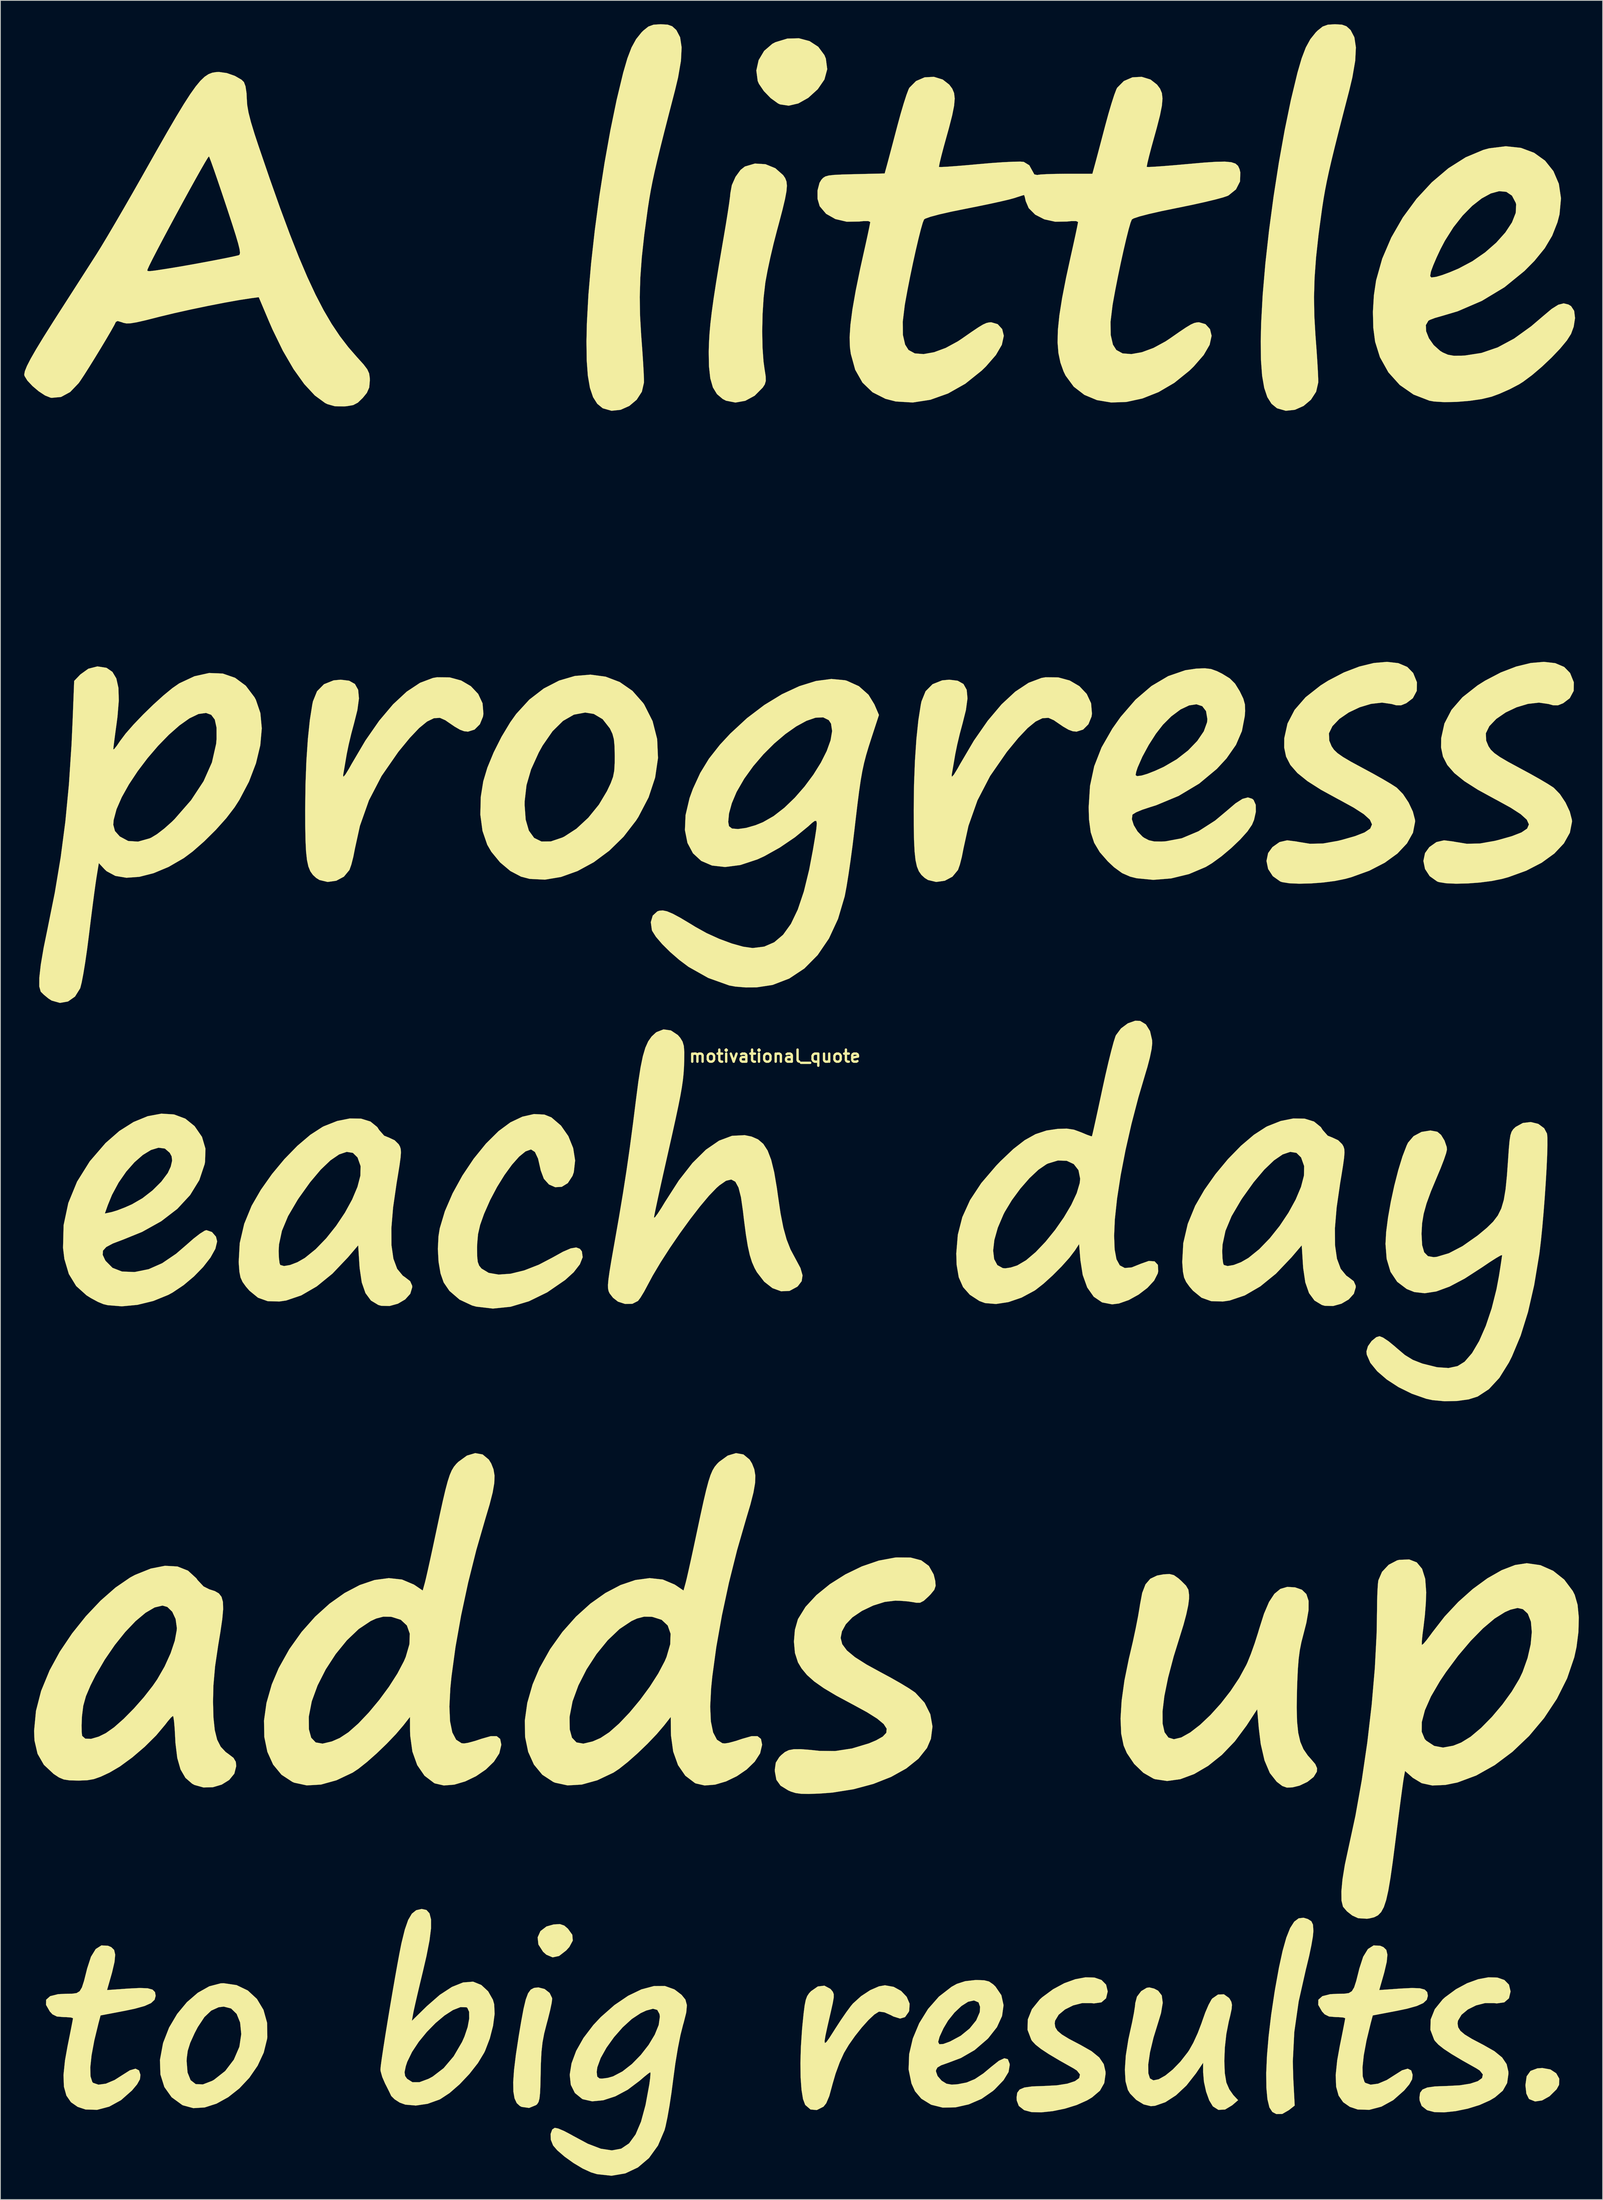
<source format=kicad_pcb>
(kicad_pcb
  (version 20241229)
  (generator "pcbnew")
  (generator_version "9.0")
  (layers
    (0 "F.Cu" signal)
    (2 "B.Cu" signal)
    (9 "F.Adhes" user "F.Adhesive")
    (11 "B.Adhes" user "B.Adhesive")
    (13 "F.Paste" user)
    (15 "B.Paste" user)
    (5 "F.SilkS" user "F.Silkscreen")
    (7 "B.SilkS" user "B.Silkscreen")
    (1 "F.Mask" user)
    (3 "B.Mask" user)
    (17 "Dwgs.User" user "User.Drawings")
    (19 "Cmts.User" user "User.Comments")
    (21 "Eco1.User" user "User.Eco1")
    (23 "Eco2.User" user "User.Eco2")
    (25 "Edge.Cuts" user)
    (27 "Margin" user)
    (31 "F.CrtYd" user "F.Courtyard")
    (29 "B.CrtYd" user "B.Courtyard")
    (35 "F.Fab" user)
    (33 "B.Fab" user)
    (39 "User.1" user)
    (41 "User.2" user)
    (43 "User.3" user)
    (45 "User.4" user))
  (footprint "motivational_quote"
    (layer "F.Cu")
    (at 94.653 130.08)
    (property "Reference" "motivational_quote" (at 0 0 0) (layer "F.SilkS") (effects (font (size 1.524 1.524) (thickness 0.3))))
    (attr through_hole)
    (fp_poly (pts (xy -26.55 109.583) (xy -26.089 109.977) (xy -25.537 110.737) (xy -25.475 111.479) (xy -25.909 112.281) (xy -26.309 112.723) (xy -27.203 113.415) (xy -28.019 113.591) (xy -28.81 113.255) (xy -29.227 112.882) (xy -29.813 111.973) (xy -29.911 111.072) (xy -29.558 110.28) (xy -28.793 109.694) (xy -27.891 109.438) (xy -27.097 109.394) (xy -26.55 109.583)) (stroke (width 0.01) (type solid)) (fill yes) (layer "F.SilkS"))
    (fp_poly (pts (xy 97.801 127.718) (xy 98.534 128.201) (xy 98.919 128.882) (xy 98.889 129.662) (xy 98.584 130.215) (xy 97.689 131.098) (xy 96.753 131.623) (xy 95.873 131.757) (xy 95.15 131.467) (xy 95.069 131.392) (xy 94.765 130.767) (xy 94.649 129.743) (xy 94.648 129.67) (xy 94.801 128.583) (xy 95.29 127.901) (xy 96.159 127.576) (xy 96.787 127.535) (xy 97.801 127.718)) (stroke (width 0.01) (type solid)) (fill yes) (layer "F.SilkS"))
    (fp_poly (pts (xy 4.375 -127.951) (xy 5.476 -127.234) (xy 6.254 -126.187) (xy 6.436 -125.74) (xy 6.61 -124.409) (xy 6.255 -123.103) (xy 5.417 -121.885) (xy 4.216 -120.795) (xy 2.966 -120.093) (xy 1.753 -119.808) (xy 0.659 -119.971) (xy 0.401 -120.092) (xy -0.524 -120.76) (xy -1.383 -121.646) (xy -2.007 -122.563) (xy -2.16 -122.921) (xy -2.333 -124.241) (xy -2.044 -125.549) (xy -1.352 -126.715) (xy -0.317 -127.607) (xy 0.072 -127.812) (xy 1.579 -128.27) (xy 3.045 -128.306) (xy 4.375 -127.951)) (stroke (width 0.01) (type solid)) (fill yes) (layer "F.SilkS"))
    (fp_poly (pts (xy 67.218 108.759) (xy 67.657 109.037) (xy 67.86 109.463) (xy 67.911 110.222) (xy 67.912 110.282) (xy 67.843 110.997) (xy 67.656 112.086) (xy 67.379 113.409) (xy 67.037 114.827) (xy 66.983 115.034) (xy 66.056 119.145) (xy 65.505 122.994) (xy 65.319 126.686) (xy 65.371 128.765) (xy 65.556 132.269) (xy 64.826 132.843) (xy 63.978 133.333) (xy 63.233 133.34) (xy 62.734 133.075) (xy 62.366 132.51) (xy 62.115 131.471) (xy 61.981 130.005) (xy 61.962 128.16) (xy 62.058 125.984) (xy 62.267 123.524) (xy 62.587 120.827) (xy 63.019 117.941) (xy 63.092 117.508) (xy 63.567 114.882) (xy 64.03 112.758) (xy 64.495 111.106) (xy 64.977 109.895) (xy 65.49 109.093) (xy 66.05 108.669) (xy 66.67 108.592) (xy 67.218 108.759)) (stroke (width 0.01) (type solid)) (fill yes) (layer "F.SilkS"))
    (fp_poly (pts (xy -29.034 117.574) (xy -28.395 118.073) (xy -28.082 118.722) (xy -28.074 118.841) (xy -28.144 119.37) (xy -28.332 120.26) (xy -28.606 121.362) (xy -28.77 121.968) (xy -29.082 123.187) (xy -29.293 124.315) (xy -29.425 125.522) (xy -29.499 126.982) (xy -29.525 128.14) (xy -29.556 129.631) (xy -29.602 130.68) (xy -29.676 131.377) (xy -29.79 131.814) (xy -29.958 132.083) (xy -30.099 132.208) (xy -30.985 132.571) (xy -31.923 132.44) (xy -32.143 132.33) (xy -32.545 131.962) (xy -32.821 131.367) (xy -32.97 130.504) (xy -32.992 129.326) (xy -32.886 127.791) (xy -32.652 125.853) (xy -32.288 123.47) (xy -31.985 121.678) (xy -31.684 120.058) (xy -31.407 118.897) (xy -31.118 118.121) (xy -30.781 117.657) (xy -30.358 117.433) (xy -29.82 117.375) (xy -29.034 117.574)) (stroke (width 0.01) (type solid)) (fill yes) (layer "F.SilkS"))
    (fp_poly (pts (xy -1.181 -112.434) (xy 0.062 -111.929) (xy 1.051 -111.057) (xy 1.31 -110.674) (xy 1.471 -110.253) (xy 1.526 -109.718) (xy 1.466 -108.996) (xy 1.283 -108.015) (xy 0.97 -106.7) (xy 0.517 -104.977) (xy 0.273 -104.077) (xy -0.155 -102.421) (xy -0.565 -100.677) (xy -0.916 -99.033) (xy -1.167 -97.677) (xy -1.202 -97.456) (xy -1.414 -95.601) (xy -1.544 -93.525) (xy -1.59 -91.389) (xy -1.552 -89.356) (xy -1.427 -87.586) (xy -1.305 -86.689) (xy -1.156 -85.726) (xy -1.138 -85.111) (xy -1.266 -84.672) (xy -1.522 -84.278) (xy -2.545 -83.248) (xy -3.729 -82.608) (xy -4.967 -82.389) (xy -6.151 -82.62) (xy -6.577 -82.841) (xy -7.297 -83.453) (xy -7.81 -84.295) (xy -8.139 -85.442) (xy -8.306 -86.967) (xy -8.335 -88.766) (xy -8.305 -89.899) (xy -8.237 -91.069) (xy -8.124 -92.343) (xy -7.954 -93.79) (xy -7.721 -95.477) (xy -7.415 -97.472) (xy -7.027 -99.843) (xy -6.548 -102.657) (xy -6.439 -103.289) (xy -6.172 -104.87) (xy -5.94 -106.312) (xy -5.759 -107.514) (xy -5.644 -108.377) (xy -5.609 -108.77) (xy -5.424 -109.792) (xy -4.959 -110.84) (xy -4.323 -111.713) (xy -3.777 -112.143) (xy -2.511 -112.516) (xy -1.181 -112.434)) (stroke (width 0.01) (type solid)) (fill yes) (layer "F.SilkS"))
    (fp_poly (pts (xy -67.873 117.085) (xy -66.453 117.767) (xy -65.304 118.829) (xy -64.478 120.204) (xy -64.024 121.83) (xy -63.993 123.642) (xy -64.019 123.863) (xy -64.446 125.595) (xy -65.216 127.248) (xy -66.263 128.769) (xy -67.521 130.108) (xy -68.922 131.212) (xy -70.4 132.029) (xy -71.889 132.507) (xy -73.322 132.596) (xy -74.632 132.242) (xy -74.729 132.194) (xy -76.061 131.223) (xy -76.979 129.934) (xy -77.474 128.356) (xy -77.531 126.686) (xy -74.167 126.686) (xy -74.052 128.105) (xy -73.666 129.067) (xy -73.018 129.567) (xy -72.115 129.599) (xy -70.966 129.158) (xy -70.717 129.019) (xy -69.31 127.913) (xy -68.219 126.484) (xy -67.518 124.856) (xy -67.281 123.257) (xy -67.426 121.801) (xy -67.865 120.714) (xy -68.566 120.033) (xy -69.497 119.796) (xy -70.141 119.88) (xy -71.069 120.303) (xy -71.925 121.116) (xy -72.76 122.377) (xy -73.16 123.14) (xy -73.716 124.367) (xy -74.028 125.36) (xy -74.156 126.327) (xy -74.167 126.686) (xy -77.531 126.686) (xy -77.536 126.522) (xy -77.157 124.461) (xy -77.113 124.308) (xy -76.383 122.436) (xy -75.368 120.722) (xy -74.138 119.238) (xy -72.765 118.053) (xy -71.319 117.238) (xy -69.874 116.861) (xy -69.516 116.844) (xy -67.873 117.085)) (stroke (width 0.01) (type solid)) (fill yes) (layer "F.SilkS"))
    (fp_poly (pts (xy -13.516 -130.025) (xy -12.942 -129.819) (xy -12.453 -129.374) (xy -12.409 -129.325) (xy -11.942 -128.433) (xy -11.751 -127.154) (xy -11.836 -125.469) (xy -12.199 -123.358) (xy -12.586 -121.738) (xy -13.317 -118.918) (xy -13.925 -116.549) (xy -14.424 -114.565) (xy -14.829 -112.901) (xy -15.156 -111.491) (xy -15.419 -110.27) (xy -15.634 -109.171) (xy -15.816 -108.13) (xy -15.98 -107.081) (xy -16.024 -106.785) (xy -16.463 -103.539) (xy -16.774 -100.689) (xy -16.961 -98.114) (xy -17.032 -95.694) (xy -16.992 -93.308) (xy -16.848 -90.835) (xy -16.834 -90.66) (xy -16.714 -89.049) (xy -16.614 -87.55) (xy -16.541 -86.276) (xy -16.501 -85.338) (xy -16.497 -84.919) (xy -16.764 -83.753) (xy -17.419 -82.744) (xy -18.349 -81.961) (xy -19.444 -81.474) (xy -20.591 -81.351) (xy -21.679 -81.661) (xy -21.72 -81.684) (xy -22.392 -82.234) (xy -22.921 -83.07) (xy -23.313 -84.235) (xy -23.578 -85.77) (xy -23.722 -87.715) (xy -23.752 -90.111) (xy -23.701 -92.376) (xy -23.506 -95.983) (xy -23.166 -99.938) (xy -22.701 -104.116) (xy -22.129 -108.391) (xy -21.467 -112.638) (xy -20.733 -116.729) (xy -19.948 -120.539) (xy -19.127 -123.942) (xy -19.115 -123.988) (xy -18.594 -125.776) (xy -18.072 -127.142) (xy -17.495 -128.195) (xy -16.812 -129.046) (xy -16.584 -129.273) (xy -15.945 -129.784) (xy -15.29 -130.019) (xy -14.397 -130.075) (xy -13.516 -130.025)) (stroke (width 0.01) (type solid)) (fill yes) (layer "F.SilkS"))
    (fp_poly (pts (xy 71.507 -130.025) (xy 72.081 -129.819) (xy 72.571 -129.374) (xy 72.614 -129.325) (xy 73.081 -128.433) (xy 73.272 -127.154) (xy 73.187 -125.469) (xy 72.824 -123.358) (xy 72.437 -121.738) (xy 71.706 -118.918) (xy 71.098 -116.549) (xy 70.6 -114.565) (xy 70.194 -112.901) (xy 69.867 -111.491) (xy 69.604 -110.27) (xy 69.389 -109.171) (xy 69.207 -108.13) (xy 69.043 -107.081) (xy 69 -106.785) (xy 68.56 -103.539) (xy 68.249 -100.689) (xy 68.062 -98.114) (xy 67.991 -95.694) (xy 68.031 -93.308) (xy 68.175 -90.835) (xy 68.189 -90.66) (xy 68.309 -89.049) (xy 68.409 -87.55) (xy 68.482 -86.276) (xy 68.522 -85.338) (xy 68.526 -84.919) (xy 68.259 -83.753) (xy 67.604 -82.744) (xy 66.674 -81.961) (xy 65.58 -81.474) (xy 64.432 -81.351) (xy 63.344 -81.661) (xy 63.303 -81.684) (xy 62.631 -82.234) (xy 62.102 -83.07) (xy 61.71 -84.235) (xy 61.445 -85.77) (xy 61.302 -87.715) (xy 61.271 -90.111) (xy 61.322 -92.376) (xy 61.518 -95.983) (xy 61.857 -99.938) (xy 62.322 -104.116) (xy 62.895 -108.391) (xy 63.557 -112.638) (xy 64.29 -116.729) (xy 65.076 -120.539) (xy 65.896 -123.942) (xy 65.908 -123.988) (xy 66.429 -125.776) (xy 66.951 -127.142) (xy 67.528 -128.195) (xy 68.211 -129.046) (xy 68.439 -129.273) (xy 69.078 -129.784) (xy 69.733 -130.019) (xy 70.626 -130.075) (xy 71.507 -130.025)) (stroke (width 0.01) (type solid)) (fill yes) (layer "F.SilkS"))
    (fp_poly (pts (xy 40.306 116.133) (xy 41.194 116.44) (xy 41.774 117.03) (xy 41.977 117.887) (xy 41.771 118.751) (xy 41.179 119.262) (xy 40.237 119.395) (xy 39.877 119.355) (xy 38.76 119.354) (xy 37.624 119.644) (xy 36.594 120.156) (xy 35.793 120.821) (xy 35.345 121.569) (xy 35.293 121.915) (xy 35.37 122.402) (xy 35.649 122.849) (xy 36.203 123.317) (xy 37.103 123.866) (xy 38.422 124.558) (xy 38.491 124.592) (xy 39.934 125.411) (xy 40.911 126.207) (xy 41.48 127.048) (xy 41.701 128.002) (xy 41.709 128.257) (xy 41.542 129.433) (xy 40.997 130.395) (xy 40.012 131.234) (xy 39.367 131.619) (xy 38.063 132.201) (xy 36.58 132.659) (xy 35.049 132.974) (xy 33.599 133.126) (xy 32.363 133.094) (xy 31.47 132.859) (xy 31.416 132.83) (xy 30.764 132.317) (xy 30.507 131.64) (xy 30.484 131.244) (xy 30.565 130.654) (xy 30.869 130.248) (xy 31.472 129.992) (xy 32.452 129.854) (xy 33.885 129.803) (xy 33.916 129.802) (xy 35.573 129.714) (xy 36.893 129.504) (xy 37.841 129.193) (xy 38.382 128.801) (xy 38.478 128.35) (xy 38.094 127.861) (xy 37.676 127.589) (xy 35.9 126.59) (xy 34.547 125.785) (xy 33.559 125.134) (xy 32.879 124.597) (xy 32.448 124.137) (xy 32.34 123.978) (xy 31.865 122.728) (xy 31.896 121.422) (xy 32.416 120.122) (xy 33.41 118.893) (xy 33.712 118.619) (xy 35.085 117.607) (xy 36.501 116.845) (xy 37.89 116.342) (xy 39.182 116.102) (xy 40.306 116.133)) (stroke (width 0.01) (type solid)) (fill yes) (layer "F.SilkS"))
    (fp_poly (pts (xy 91.106 116.133) (xy 91.994 116.44) (xy 92.574 117.03) (xy 92.777 117.887) (xy 92.571 118.751) (xy 91.979 119.262) (xy 91.037 119.395) (xy 90.677 119.355) (xy 89.56 119.354) (xy 88.424 119.644) (xy 87.394 120.156) (xy 86.593 120.821) (xy 86.145 121.569) (xy 86.093 121.915) (xy 86.17 122.402) (xy 86.449 122.849) (xy 87.003 123.317) (xy 87.903 123.866) (xy 89.222 124.558) (xy 89.291 124.592) (xy 90.734 125.411) (xy 91.711 126.207) (xy 92.28 127.048) (xy 92.501 128.002) (xy 92.509 128.257) (xy 92.342 129.433) (xy 91.797 130.395) (xy 90.812 131.234) (xy 90.167 131.619) (xy 88.863 132.201) (xy 87.38 132.659) (xy 85.849 132.974) (xy 84.399 133.126) (xy 83.163 133.094) (xy 82.27 132.859) (xy 82.216 132.83) (xy 81.564 132.317) (xy 81.307 131.64) (xy 81.284 131.244) (xy 81.365 130.654) (xy 81.669 130.248) (xy 82.272 129.992) (xy 83.252 129.854) (xy 84.685 129.803) (xy 84.716 129.802) (xy 86.373 129.714) (xy 87.693 129.504) (xy 88.641 129.193) (xy 89.182 128.801) (xy 89.278 128.35) (xy 88.894 127.861) (xy 88.476 127.589) (xy 86.7 126.59) (xy 85.347 125.785) (xy 84.359 125.134) (xy 83.679 124.597) (xy 83.248 124.137) (xy 83.14 123.978) (xy 82.665 122.728) (xy 82.696 121.422) (xy 83.216 120.122) (xy 84.21 118.893) (xy 84.512 118.619) (xy 85.885 117.607) (xy 87.301 116.845) (xy 88.69 116.342) (xy 89.982 116.102) (xy 91.106 116.133)) (stroke (width 0.01) (type solid)) (fill yes) (layer "F.SilkS"))
    (fp_poly (pts (xy 14.985 117.304) (xy 15.928 117.822) (xy 16.629 118.563) (xy 16.998 119.427) (xy 16.946 120.313) (xy 16.884 120.469) (xy 16.42 121.121) (xy 15.796 121.308) (xy 14.947 121.043) (xy 14.648 120.882) (xy 13.831 120.52) (xy 13.186 120.431) (xy 13.098 120.45) (xy 12.55 120.795) (xy 11.81 121.489) (xy 10.967 122.428) (xy 10.111 123.506) (xy 9.328 124.619) (xy 8.718 125.644) (xy 8.18 126.831) (xy 7.66 128.251) (xy 7.265 129.611) (xy 7.245 129.695) (xy 6.867 131.078) (xy 6.482 131.982) (xy 6.139 132.409) (xy 5.293 132.838) (xy 4.5 132.766) (xy 3.845 132.202) (xy 3.819 132.162) (xy 3.553 131.448) (xy 3.364 130.283) (xy 3.254 128.747) (xy 3.227 126.918) (xy 3.285 124.878) (xy 3.429 122.703) (xy 3.484 122.099) (xy 3.63 120.654) (xy 3.76 119.638) (xy 3.9 118.945) (xy 4.077 118.472) (xy 4.317 118.114) (xy 4.564 117.85) (xy 5.418 117.256) (xy 6.254 117.156) (xy 7.001 117.556) (xy 7.094 117.652) (xy 7.318 117.929) (xy 7.43 118.226) (xy 7.428 118.663) (xy 7.308 119.359) (xy 7.067 120.436) (xy 7.015 120.66) (xy 6.637 122.298) (xy 6.388 123.447) (xy 6.276 124.136) (xy 6.313 124.396) (xy 6.507 124.259) (xy 6.868 123.756) (xy 7.405 122.917) (xy 7.612 122.588) (xy 8.324 121.495) (xy 9.015 120.492) (xy 9.588 119.719) (xy 9.846 119.411) (xy 10.879 118.475) (xy 12.026 117.722) (xy 13.131 117.24) (xy 13.889 117.108) (xy 14.985 117.304)) (stroke (width 0.01) (type solid)) (fill yes) (layer "F.SilkS"))
    (fp_poly (pts (xy -29.063 7.357) (xy -28.171 7.714) (xy -26.966 8.745) (xy -26.035 10.077) (xy -25.425 11.585) (xy -25.18 13.141) (xy -25.347 14.619) (xy -25.511 15.093) (xy -26.103 15.999) (xy -26.865 16.466) (xy -27.692 16.516) (xy -28.481 16.17) (xy -29.127 15.45) (xy -29.527 14.377) (xy -29.547 14.267) (xy -29.858 12.908) (xy -30.252 12.074) (xy -30.727 11.766) (xy -30.771 11.764) (xy -31.434 12.001) (xy -32.243 12.663) (xy -33.145 13.679) (xy -34.089 14.977) (xy -35.023 16.486) (xy -35.895 18.135) (xy -36.652 19.851) (xy -36.678 19.917) (xy -37.158 21.272) (xy -37.424 22.433) (xy -37.532 23.669) (xy -37.542 24.121) (xy -37.533 25.217) (xy -37.458 25.926) (xy -37.284 26.395) (xy -36.986 26.765) (xy -36.079 27.311) (xy -34.832 27.525) (xy -33.316 27.417) (xy -31.602 26.998) (xy -29.759 26.28) (xy -28.037 25.378) (xy -26.708 24.642) (xy -25.734 24.223) (xy -25.047 24.106) (xy -24.58 24.278) (xy -24.329 24.601) (xy -24.227 25.336) (xy -24.582 26.232) (xy -25.36 27.233) (xy -26.435 28.208) (xy -28.699 29.764) (xy -31.012 30.894) (xy -33.315 31.582) (xy -35.549 31.812) (xy -37.654 31.567) (xy -38.174 31.424) (xy -39.753 30.685) (xy -41.033 29.584) (xy -41.756 28.526) (xy -42.152 27.394) (xy -42.402 25.923) (xy -42.493 24.292) (xy -42.411 22.682) (xy -42.252 21.695) (xy -41.607 19.539) (xy -40.633 17.288) (xy -39.399 15.049) (xy -37.974 12.924) (xy -36.429 11.02) (xy -34.834 9.44) (xy -33.342 8.339) (xy -31.832 7.623) (xy -30.372 7.292) (xy -29.063 7.357)) (stroke (width 0.01) (type solid)) (fill yes) (layer "F.SilkS"))
    (fp_poly (pts (xy -21.336 -47.84) (xy -19.553 -47.161) (xy -17.953 -46.052) (xy -16.594 -44.51) (xy -16.464 -44.317) (xy -15.413 -42.239) (xy -14.836 -39.976) (xy -14.73 -37.583) (xy -15.091 -35.114) (xy -15.916 -32.622) (xy -17.2 -30.163) (xy -17.502 -29.694) (xy -19.072 -27.663) (xy -20.869 -25.905) (xy -22.827 -24.451) (xy -24.878 -23.336) (xy -26.955 -22.592) (xy -28.99 -22.251) (xy -30.917 -22.347) (xy -31.998 -22.629) (xy -33.347 -23.338) (xy -34.647 -24.43) (xy -35.747 -25.765) (xy -36.263 -26.651) (xy -36.861 -28.393) (xy -37.136 -30.446) (xy -37.105 -31.652) (xy -31.549 -31.652) (xy -31.415 -29.813) (xy -31.014 -28.433) (xy -30.349 -27.515) (xy -29.425 -27.061) (xy -28.243 -27.075) (xy -26.808 -27.559) (xy -26.544 -27.686) (xy -25.017 -28.676) (xy -23.523 -30.06) (xy -22.188 -31.705) (xy -21.172 -33.404) (xy -20.692 -34.417) (xy -20.4 -35.209) (xy -20.249 -35.987) (xy -20.194 -36.955) (xy -20.188 -37.819) (xy -20.211 -39.073) (xy -20.297 -39.957) (xy -20.476 -40.632) (xy -20.775 -41.262) (xy -20.815 -41.333) (xy -21.717 -42.482) (xy -22.829 -43.141) (xy -23.915 -43.314) (xy -25.334 -43.049) (xy -26.709 -42.26) (xy -28.028 -40.959) (xy -29.277 -39.157) (xy -29.766 -38.276) (xy -30.734 -36.148) (xy -31.311 -34.164) (xy -31.541 -32.159) (xy -31.549 -31.652) (xy -37.105 -31.652) (xy -37.079 -32.689) (xy -36.767 -34.648) (xy -36.252 -36.363) (xy -35.457 -38.291) (xy -34.466 -40.257) (xy -33.366 -42.085) (xy -32.613 -43.141) (xy -30.957 -44.948) (xy -29.134 -46.351) (xy -27.202 -47.346) (xy -25.219 -47.928) (xy -23.244 -48.095) (xy -21.336 -47.84)) (stroke (width 0.01) (type solid)) (fill yes) (layer "F.SilkS"))
    (fp_poly (pts (xy -84.071 112.129) (xy -83.669 112.304) (xy -83.311 112.653) (xy -83.175 113.248) (xy -83.26 114.163) (xy -83.565 115.472) (xy -83.677 115.872) (xy -84.203 117.71) (xy -81.526 117.52) (xy -80.079 117.448) (xy -79.085 117.485) (xy -78.469 117.653) (xy -78.156 117.969) (xy -78.072 118.436) (xy -78.207 118.934) (xy -78.654 119.353) (xy -79.471 119.721) (xy -80.717 120.067) (xy -82.029 120.341) (xy -85.019 120.91) (xy -85.279 121.883) (xy -85.809 124.06) (xy -86.156 125.934) (xy -86.317 127.461) (xy -86.286 128.595) (xy -86.062 129.292) (xy -85.957 129.408) (xy -85.286 129.637) (xy -84.349 129.507) (xy -83.249 129.043) (xy -82.342 128.465) (xy -81.331 127.825) (xy -80.614 127.617) (xy -80.172 127.838) (xy -79.993 128.394) (xy -80.055 128.954) (xy -80.414 129.598) (xy -81.063 130.371) (xy -82.437 131.584) (xy -83.93 132.405) (xy -85.453 132.808) (xy -86.919 132.767) (xy -87.911 132.435) (xy -88.757 131.846) (xy -89.331 131.016) (xy -89.643 129.894) (xy -89.699 128.431) (xy -89.509 126.576) (xy -89.191 124.802) (xy -88.932 123.52) (xy -88.718 122.437) (xy -88.567 121.654) (xy -88.5 121.276) (xy -88.499 121.259) (xy -88.738 121.174) (xy -89.341 121.124) (xy -89.683 121.118) (xy -90.53 121.047) (xy -91.085 120.773) (xy -91.421 120.413) (xy -91.902 119.577) (xy -91.886 118.929) (xy -91.379 118.478) (xy -90.386 118.228) (xy -89.409 118.177) (xy -88.607 118.17) (xy -88.049 118.091) (xy -87.662 117.856) (xy -87.374 117.379) (xy -87.113 116.575) (xy -86.806 115.359) (xy -86.72 115.007) (xy -86.235 113.514) (xy -85.636 112.54) (xy -84.916 112.08) (xy -84.071 112.129)) (stroke (width 0.01) (type solid)) (fill yes) (layer "F.SilkS"))
    (fp_poly (pts (xy 76.35 112.129) (xy 76.752 112.304) (xy 77.11 112.653) (xy 77.246 113.248) (xy 77.161 114.163) (xy 76.856 115.472) (xy 76.744 115.872) (xy 76.218 117.71) (xy 78.895 117.52) (xy 80.342 117.448) (xy 81.336 117.485) (xy 81.952 117.653) (xy 82.265 117.969) (xy 82.349 118.436) (xy 82.214 118.934) (xy 81.767 119.353) (xy 80.95 119.721) (xy 79.704 120.067) (xy 78.392 120.341) (xy 75.402 120.91) (xy 75.142 121.883) (xy 74.612 124.06) (xy 74.265 125.934) (xy 74.104 127.461) (xy 74.135 128.595) (xy 74.36 129.292) (xy 74.464 129.408) (xy 75.135 129.637) (xy 76.072 129.507) (xy 77.172 129.043) (xy 78.079 128.465) (xy 79.09 127.825) (xy 79.807 127.617) (xy 80.249 127.838) (xy 80.428 128.394) (xy 80.366 128.954) (xy 80.007 129.598) (xy 79.358 130.371) (xy 77.984 131.584) (xy 76.491 132.405) (xy 74.968 132.808) (xy 73.502 132.767) (xy 72.51 132.435) (xy 71.664 131.846) (xy 71.09 131.016) (xy 70.779 129.894) (xy 70.722 128.431) (xy 70.912 126.576) (xy 71.23 124.802) (xy 71.489 123.52) (xy 71.703 122.437) (xy 71.854 121.654) (xy 71.921 121.276) (xy 71.922 121.259) (xy 71.683 121.174) (xy 71.08 121.124) (xy 70.738 121.118) (xy 69.891 121.047) (xy 69.336 120.773) (xy 69 120.413) (xy 68.519 119.577) (xy 68.535 118.929) (xy 69.042 118.478) (xy 70.035 118.228) (xy 71.012 118.177) (xy 71.814 118.17) (xy 72.372 118.091) (xy 72.759 117.856) (xy 73.047 117.379) (xy 73.308 116.575) (xy 73.616 115.359) (xy 73.701 115.007) (xy 74.186 113.514) (xy 74.785 112.54) (xy 75.505 112.08) (xy 76.35 112.129)) (stroke (width 0.01) (type solid)) (fill yes) (layer "F.SilkS"))
    (fp_poly (pts (xy 47.832 117.525) (xy 48.334 117.791) (xy 48.794 118.387) (xy 48.916 119.317) (xy 48.701 120.612) (xy 48.407 121.585) (xy 47.752 123.707) (xy 47.31 125.551) (xy 47.089 127.066) (xy 47.098 128.201) (xy 47.3 128.841) (xy 47.733 129.09) (xy 48.404 128.953) (xy 49.243 128.481) (xy 50.179 127.723) (xy 51.142 126.73) (xy 52.061 125.553) (xy 52.24 125.29) (xy 52.768 124.352) (xy 53.327 123.132) (xy 53.81 121.868) (xy 53.886 121.639) (xy 54.277 120.538) (xy 54.692 119.574) (xy 55.057 118.908) (xy 55.157 118.778) (xy 55.888 118.271) (xy 56.633 118.247) (xy 57.274 118.704) (xy 57.367 118.832) (xy 57.567 119.193) (xy 57.647 119.578) (xy 57.6 120.121) (xy 57.421 120.96) (xy 57.239 121.691) (xy 56.936 123.243) (xy 56.747 124.953) (xy 56.68 126.653) (xy 56.74 128.175) (xy 56.935 129.354) (xy 56.943 129.384) (xy 57.311 130.226) (xy 57.812 130.942) (xy 58.42 131.59) (xy 57.67 132.236) (xy 56.772 132.772) (xy 55.935 132.815) (xy 55.234 132.373) (xy 54.775 131.615) (xy 54.381 130.515) (xy 54.107 129.266) (xy 54.008 128.097) (xy 54.008 126.873) (xy 53.108 128.211) (xy 51.907 129.741) (xy 50.593 130.972) (xy 49.251 131.844) (xy 47.961 132.296) (xy 47.416 132.347) (xy 46.508 132.126) (xy 45.571 131.551) (xy 44.795 130.758) (xy 44.518 130.302) (xy 44.223 129.23) (xy 44.137 127.753) (xy 44.257 125.956) (xy 44.581 123.925) (xy 44.784 122.989) (xy 45.06 121.742) (xy 45.28 120.606) (xy 45.416 119.733) (xy 45.448 119.36) (xy 45.662 118.546) (xy 46.195 117.844) (xy 46.892 117.425) (xy 47.215 117.375) (xy 47.832 117.525)) (stroke (width 0.01) (type solid)) (fill yes) (layer "F.SilkS"))
    (fp_poly (pts (xy 26.394 116.476) (xy 27.011 116.632) (xy 27.529 116.988) (xy 27.821 117.266) (xy 28.569 118.359) (xy 28.844 119.618) (xy 28.655 120.982) (xy 28.012 122.387) (xy 26.924 123.771) (xy 26.808 123.89) (xy 25.194 125.278) (xy 23.46 126.279) (xy 21.857 126.883) (xy 20.977 127.194) (xy 20.506 127.473) (xy 20.332 127.803) (xy 20.32 127.965) (xy 20.524 128.545) (xy 21.027 129.124) (xy 21.055 129.147) (xy 21.652 129.515) (xy 22.315 129.631) (xy 23.046 129.582) (xy 24.189 129.359) (xy 25.22 128.931) (xy 26.294 128.217) (xy 27.294 127.381) (xy 28.253 126.622) (xy 28.941 126.304) (xy 29.382 126.425) (xy 29.603 126.981) (xy 29.623 127.136) (xy 29.473 128.043) (xy 28.846 129.067) (xy 27.728 130.231) (xy 27.501 130.432) (xy 26.072 131.422) (xy 24.453 132.121) (xy 22.775 132.499) (xy 21.169 132.528) (xy 19.766 132.181) (xy 19.652 132.129) (xy 18.473 131.403) (xy 17.679 130.469) (xy 17.232 129.491) (xy 16.867 127.715) (xy 16.937 125.793) (xy 17.297 124.25) (xy 20.596 124.25) (xy 20.744 124.54) (xy 21.244 124.505) (xy 22.09 124.196) (xy 23.438 123.471) (xy 24.565 122.552) (xy 25.392 121.532) (xy 25.839 120.502) (xy 25.884 119.83) (xy 25.685 119.265) (xy 25.159 119.04) (xy 25.078 119.029) (xy 24.378 119.183) (xy 23.537 119.719) (xy 22.659 120.544) (xy 21.844 121.562) (xy 21.269 122.529) (xy 20.777 123.594) (xy 20.596 124.25) (xy 17.297 124.25) (xy 17.397 123.819) (xy 18.205 121.888) (xy 19.318 120.095) (xy 20.691 118.533) (xy 22.283 117.299) (xy 22.955 116.927) (xy 24.007 116.589) (xy 25.303 116.444) (xy 25.462 116.442) (xy 26.394 116.476)) (stroke (width 0.01) (type solid)) (fill yes) (layer "F.SilkS"))
    (fp_poly (pts (xy -40.998 -47.749) (xy -39.548 -47.354) (xy -38.327 -46.638) (xy -37.405 -45.663) (xy -36.854 -44.487) (xy -36.744 -43.173) (xy -36.8 -42.797) (xy -37.191 -41.839) (xy -37.86 -41.17) (xy -38.684 -40.909) (xy -38.712 -40.909) (xy -39.184 -40.96) (xy -39.698 -41.15) (xy -40.373 -41.54) (xy -41.329 -42.191) (xy -41.54 -42.341) (xy -42.23 -42.647) (xy -42.987 -42.601) (xy -43.85 -42.181) (xy -44.852 -41.36) (xy -46.031 -40.116) (xy -47.421 -38.425) (xy -47.494 -38.331) (xy -49.586 -35.317) (xy -51.181 -32.246) (xy -52.317 -29.033) (xy -52.938 -26.202) (xy -53.152 -25.115) (xy -53.4 -24.145) (xy -53.631 -23.492) (xy -53.644 -23.466) (xy -54.338 -22.628) (xy -55.304 -22.113) (xy -56.384 -21.96) (xy -57.416 -22.206) (xy -57.83 -22.463) (xy -58.247 -22.846) (xy -58.574 -23.306) (xy -58.819 -23.91) (xy -58.995 -24.725) (xy -59.113 -25.817) (xy -59.182 -27.253) (xy -59.215 -29.101) (xy -59.222 -31.015) (xy -59.183 -34.224) (xy -59.068 -37.238) (xy -58.883 -39.976) (xy -58.635 -42.361) (xy -58.328 -44.312) (xy -58.243 -44.726) (xy -57.728 -45.998) (xy -56.847 -46.89) (xy -55.634 -47.374) (xy -54.741 -47.458) (xy -53.679 -47.328) (xy -52.948 -46.915) (xy -52.539 -46.183) (xy -52.439 -45.096) (xy -52.638 -43.62) (xy -53.054 -41.965) (xy -53.404 -40.657) (xy -53.732 -39.282) (xy -53.974 -38.107) (xy -53.999 -37.966) (xy -54.177 -36.921) (xy -54.339 -35.971) (xy -54.433 -35.426) (xy -54.403 -35.217) (xy -54.155 -35.494) (xy -53.692 -36.252) (xy -53.364 -36.84) (xy -51.633 -39.778) (xy -49.887 -42.288) (xy -48.142 -44.352) (xy -46.42 -45.951) (xy -44.737 -47.066) (xy -43.113 -47.677) (xy -42.606 -47.763) (xy -40.998 -47.749)) (stroke (width 0.01) (type solid)) (fill yes) (layer "F.SilkS"))
    (fp_poly (pts (xy 35.737 -47.749) (xy 37.187 -47.354) (xy 38.408 -46.638) (xy 39.33 -45.663) (xy 39.881 -44.487) (xy 39.991 -43.173) (xy 39.935 -42.797) (xy 39.543 -41.839) (xy 38.875 -41.17) (xy 38.051 -40.909) (xy 38.023 -40.909) (xy 37.551 -40.96) (xy 37.037 -41.15) (xy 36.362 -41.54) (xy 35.406 -42.191) (xy 35.194 -42.341) (xy 34.505 -42.647) (xy 33.747 -42.601) (xy 32.885 -42.181) (xy 31.883 -41.36) (xy 30.704 -40.116) (xy 29.314 -38.425) (xy 29.241 -38.331) (xy 27.149 -35.317) (xy 25.554 -32.246) (xy 24.418 -29.033) (xy 23.796 -26.202) (xy 23.583 -25.115) (xy 23.335 -24.145) (xy 23.104 -23.492) (xy 23.091 -23.466) (xy 22.397 -22.628) (xy 21.43 -22.113) (xy 20.351 -21.96) (xy 19.319 -22.206) (xy 18.905 -22.463) (xy 18.487 -22.846) (xy 18.161 -23.306) (xy 17.916 -23.91) (xy 17.739 -24.725) (xy 17.622 -25.817) (xy 17.552 -27.253) (xy 17.52 -29.101) (xy 17.513 -31.015) (xy 17.552 -34.224) (xy 17.667 -37.238) (xy 17.851 -39.976) (xy 18.1 -42.361) (xy 18.406 -44.312) (xy 18.492 -44.726) (xy 19.007 -45.998) (xy 19.888 -46.89) (xy 21.101 -47.374) (xy 21.994 -47.458) (xy 23.056 -47.328) (xy 23.787 -46.915) (xy 24.196 -46.183) (xy 24.296 -45.096) (xy 24.096 -43.62) (xy 23.681 -41.965) (xy 23.33 -40.657) (xy 23.002 -39.282) (xy 22.761 -38.107) (xy 22.736 -37.966) (xy 22.558 -36.921) (xy 22.395 -35.971) (xy 22.301 -35.426) (xy 22.332 -35.217) (xy 22.58 -35.494) (xy 23.043 -36.252) (xy 23.371 -36.84) (xy 25.101 -39.778) (xy 26.848 -42.288) (xy 28.592 -44.352) (xy 30.315 -45.951) (xy 31.998 -47.066) (xy 33.622 -47.677) (xy 34.129 -47.763) (xy 35.737 -47.749)) (stroke (width 0.01) (type solid)) (fill yes) (layer "F.SilkS"))
    (fp_poly (pts (xy -75.757 7.341) (xy -74.331 7.873) (xy -73.168 8.811) (xy -72.229 10.172) (xy -71.794 11.652) (xy -71.845 13.317) (xy -71.899 13.617) (xy -72.568 15.617) (xy -73.728 17.505) (xy -75.342 19.245) (xy -77.372 20.804) (xy -79.78 22.146) (xy -82.141 23.105) (xy -83.461 23.605) (xy -84.304 24.055) (xy -84.719 24.514) (xy -84.752 25.039) (xy -84.452 25.687) (xy -84.373 25.811) (xy -83.513 26.677) (xy -82.326 27.139) (xy -80.793 27.204) (xy -80.68 27.194) (xy -78.958 26.845) (xy -77.252 26.091) (xy -75.492 24.895) (xy -74.186 23.771) (xy -73.295 22.99) (xy -72.498 22.373) (xy -71.903 21.999) (xy -71.676 21.924) (xy -70.976 22.161) (xy -70.469 22.746) (xy -70.32 23.347) (xy -70.545 24.279) (xy -71.159 25.383) (xy -72.084 26.572) (xy -73.241 27.76) (xy -74.551 28.861) (xy -75.935 29.788) (xy -76.485 30.088) (xy -78.375 30.857) (xy -80.379 31.345) (xy -82.345 31.529) (xy -84.117 31.387) (xy -84.658 31.258) (xy -85.358 30.969) (xy -86.243 30.49) (xy -86.791 30.146) (xy -88.097 28.974) (xy -89.025 27.455) (xy -89.585 25.568) (xy -89.755 24.168) (xy -89.684 21.299) (xy -89.371 19.826) (xy -84.479 19.826) (xy -83.615 19.644) (xy -82.922 19.434) (xy -81.97 19.067) (xy -81.064 18.667) (xy -79.738 17.9) (xy -78.466 16.911) (xy -77.364 15.815) (xy -76.546 14.722) (xy -76.174 13.922) (xy -75.998 13.159) (xy -76.06 12.625) (xy -76.301 12.177) (xy -76.916 11.642) (xy -77.721 11.538) (xy -78.663 11.821) (xy -79.689 12.447) (xy -80.747 13.371) (xy -81.783 14.547) (xy -82.745 15.933) (xy -83.579 17.482) (xy -84.105 18.766) (xy -84.479 19.826) (xy -89.371 19.826) (xy -89.091 18.505) (xy -87.987 15.812) (xy -86.383 13.249) (xy -84.393 10.943) (xy -82.652 9.423) (xy -80.862 8.292) (xy -79.079 7.561) (xy -77.359 7.241) (xy -75.757 7.341)) (stroke (width 0.01) (type solid)) (fill yes) (layer "F.SilkS"))
    (fp_poly (pts (xy 78.623 -49.543) (xy 79.752 -49.064) (xy 80.498 -48.299) (xy 80.97 -47.13) (xy 80.949 -46.046) (xy 80.454 -45.121) (xy 79.625 -44.491) (xy 78.962 -44.225) (xy 78.347 -44.232) (xy 77.779 -44.391) (xy 76.569 -44.565) (xy 75.185 -44.409) (xy 73.749 -43.978) (xy 72.378 -43.329) (xy 71.193 -42.516) (xy 70.313 -41.597) (xy 69.875 -40.702) (xy 69.912 -39.782) (xy 70.209 -39.063) (xy 70.507 -38.627) (xy 70.959 -38.195) (xy 71.648 -37.712) (xy 72.655 -37.118) (xy 74.063 -36.358) (xy 74.113 -36.331) (xy 75.424 -35.624) (xy 76.644 -34.938) (xy 77.655 -34.341) (xy 78.338 -33.903) (xy 78.444 -33.826) (xy 79.212 -33.04) (xy 79.917 -31.979) (xy 80.456 -30.835) (xy 80.726 -29.799) (xy 80.739 -29.559) (xy 80.47 -28.169) (xy 79.711 -26.818) (xy 78.51 -25.545) (xy 76.913 -24.386) (xy 74.965 -23.38) (xy 72.712 -22.565) (xy 71.922 -22.347) (xy 70.621 -22.083) (xy 69.133 -21.891) (xy 67.592 -21.775) (xy 66.128 -21.741) (xy 64.875 -21.794) (xy 63.964 -21.94) (xy 63.735 -22.021) (xy 62.792 -22.691) (xy 62.202 -23.596) (xy 61.995 -24.609) (xy 62.2 -25.601) (xy 62.744 -26.355) (xy 63.639 -26.989) (xy 64.599 -27.212) (xy 65.793 -27.06) (xy 65.897 -27.035) (xy 67.469 -26.777) (xy 69.113 -26.811) (xy 70.996 -27.142) (xy 71.463 -27.257) (xy 73.156 -27.737) (xy 74.362 -28.206) (xy 75.078 -28.69) (xy 75.302 -29.216) (xy 75.032 -29.813) (xy 74.265 -30.506) (xy 73 -31.323) (xy 71.235 -32.292) (xy 71.044 -32.391) (xy 68.871 -33.579) (xy 67.168 -34.663) (xy 65.895 -35.689) (xy 65.008 -36.707) (xy 64.465 -37.762) (xy 64.226 -38.903) (xy 64.237 -40.081) (xy 64.648 -41.936) (xy 65.539 -43.651) (xy 66.924 -45.244) (xy 68.818 -46.734) (xy 69.772 -47.336) (xy 71.757 -48.372) (xy 73.699 -49.116) (xy 75.532 -49.563) (xy 77.195 -49.707) (xy 78.623 -49.543)) (stroke (width 0.01) (type solid)) (fill yes) (layer "F.SilkS"))
    (fp_poly (pts (xy 98.408 -49.543) (xy 99.537 -49.064) (xy 100.283 -48.299) (xy 100.755 -47.13) (xy 100.735 -46.046) (xy 100.239 -45.121) (xy 99.411 -44.491) (xy 98.748 -44.225) (xy 98.132 -44.232) (xy 97.565 -44.391) (xy 96.354 -44.565) (xy 94.971 -44.409) (xy 93.534 -43.978) (xy 92.163 -43.329) (xy 90.978 -42.516) (xy 90.098 -41.597) (xy 89.66 -40.702) (xy 89.697 -39.782) (xy 89.995 -39.063) (xy 90.292 -38.627) (xy 90.745 -38.195) (xy 91.433 -37.712) (xy 92.441 -37.118) (xy 93.848 -36.358) (xy 93.898 -36.331) (xy 95.209 -35.624) (xy 96.43 -34.938) (xy 97.441 -34.341) (xy 98.124 -33.903) (xy 98.23 -33.826) (xy 98.997 -33.04) (xy 99.703 -31.979) (xy 100.242 -30.835) (xy 100.511 -29.799) (xy 100.525 -29.559) (xy 100.255 -28.169) (xy 99.497 -26.818) (xy 98.296 -25.545) (xy 96.698 -24.386) (xy 94.75 -23.38) (xy 92.498 -22.565) (xy 91.707 -22.347) (xy 90.406 -22.083) (xy 88.919 -21.891) (xy 87.377 -21.775) (xy 85.913 -21.741) (xy 84.66 -21.794) (xy 83.75 -21.94) (xy 83.52 -22.021) (xy 82.577 -22.691) (xy 81.987 -23.596) (xy 81.78 -24.609) (xy 81.986 -25.601) (xy 82.529 -26.355) (xy 83.424 -26.989) (xy 84.384 -27.212) (xy 85.578 -27.06) (xy 85.682 -27.035) (xy 87.254 -26.777) (xy 88.899 -26.811) (xy 90.781 -27.142) (xy 91.248 -27.257) (xy 92.941 -27.737) (xy 94.147 -28.206) (xy 94.863 -28.69) (xy 95.087 -29.216) (xy 94.817 -29.813) (xy 94.05 -30.506) (xy 92.786 -31.323) (xy 91.02 -32.292) (xy 90.829 -32.391) (xy 88.656 -33.579) (xy 86.954 -34.663) (xy 85.68 -35.689) (xy 84.793 -36.707) (xy 84.25 -37.762) (xy 84.011 -38.903) (xy 84.023 -40.081) (xy 84.433 -41.936) (xy 85.324 -43.651) (xy 86.709 -45.244) (xy 88.603 -46.734) (xy 89.558 -47.336) (xy 91.543 -48.372) (xy 93.484 -49.116) (xy 95.318 -49.563) (xy 96.98 -49.707) (xy 98.408 -49.543)) (stroke (width 0.01) (type solid)) (fill yes) (layer "F.SilkS"))
    (fp_poly (pts (xy -43.926 107.618) (xy -43.542 108.044) (xy -43.35 108.804) (xy -43.351 109.931) (xy -43.543 111.462) (xy -43.926 113.43) (xy -44.366 115.327) (xy -44.733 116.852) (xy -45.067 118.265) (xy -45.341 119.454) (xy -45.53 120.306) (xy -45.592 120.616) (xy -45.767 121.585) (xy -43.875 119.734) (xy -42.247 118.313) (xy -40.712 117.311) (xy -39.309 116.751) (xy -38.083 116.654) (xy -38.008 116.665) (xy -37.012 117.069) (xy -36.149 117.87) (xy -35.547 118.929) (xy -35.386 119.501) (xy -35.331 120.716) (xy -35.527 122.211) (xy -35.938 123.815) (xy -36.527 125.354) (xy -36.648 125.607) (xy -37.438 126.915) (xy -38.512 128.285) (xy -39.744 129.587) (xy -41.007 130.687) (xy -42.175 131.454) (xy -42.299 131.516) (xy -43.788 132.05) (xy -45.268 132.267) (xy -46.591 132.155) (xy -47.304 131.896) (xy -47.946 131.481) (xy -48.358 131.076) (xy -48.395 131.011) (xy -48.619 130.538) (xy -48.981 129.816) (xy -49.15 129.487) (xy -49.505 128.667) (xy -49.672 128.068) (xy -46.689 128.068) (xy -46.615 128.547) (xy -46.364 128.898) (xy -45.698 129.321) (xy -44.816 129.323) (xy -43.676 128.899) (xy -43.146 128.615) (xy -41.763 127.554) (xy -40.5 126.065) (xy -39.441 124.252) (xy -39.137 123.569) (xy -38.735 122.374) (xy -38.536 121.298) (xy -38.548 120.454) (xy -38.779 119.95) (xy -38.891 119.882) (xy -39.64 119.861) (xy -40.586 120.232) (xy -41.656 120.924) (xy -42.779 121.868) (xy -43.882 122.993) (xy -44.893 124.228) (xy -45.739 125.504) (xy -46.348 126.751) (xy -46.536 127.319) (xy -46.689 128.068) (xy -49.672 128.068) (xy -49.71 127.931) (xy -49.731 127.722) (xy -49.686 127.236) (xy -49.56 126.309) (xy -49.368 125.025) (xy -49.124 123.467) (xy -48.841 121.722) (xy -48.534 119.874) (xy -48.217 118.006) (xy -47.904 116.204) (xy -47.609 114.552) (xy -47.346 113.135) (xy -47.13 112.037) (xy -47.068 111.744) (xy -46.655 110.073) (xy -46.236 108.873) (xy -45.772 108.084) (xy -45.226 107.645) (xy -44.562 107.492) (xy -44.503 107.491) (xy -43.926 107.618)) (stroke (width 0.01) (type solid)) (fill yes) (layer "F.SilkS"))
    (fp_poly (pts (xy 17.119 63.192) (xy 18.462 63.545) (xy 19.425 64.25) (xy 20.031 65.321) (xy 20.232 66.138) (xy 20.278 66.766) (xy 20.11 67.264) (xy 19.644 67.834) (xy 19.415 68.068) (xy 18.787 68.645) (xy 18.314 68.891) (xy 17.804 68.888) (xy 17.576 68.842) (xy 16.805 68.725) (xy 15.788 68.645) (xy 15.194 68.627) (xy 13.859 68.788) (xy 12.403 69.245) (xy 10.991 69.918) (xy 9.786 70.731) (xy 8.956 71.598) (xy 8.463 72.501) (xy 8.301 73.326) (xy 8.502 74.116) (xy 9.094 74.91) (xy 10.108 75.751) (xy 11.573 76.68) (xy 13.294 77.621) (xy 14.622 78.336) (xy 15.866 79.043) (xy 16.903 79.671) (xy 17.614 80.149) (xy 17.733 80.241) (xy 18.885 81.494) (xy 19.608 82.943) (xy 19.881 84.493) (xy 19.684 86.045) (xy 19.188 87.199) (xy 18.111 88.553) (xy 16.578 89.779) (xy 14.657 90.848) (xy 12.417 91.731) (xy 9.927 92.399) (xy 7.255 92.823) (xy 5.618 92.946) (xy 4.277 92.991) (xy 3.326 92.974) (xy 2.625 92.88) (xy 2.032 92.695) (xy 1.693 92.546) (xy 0.724 91.949) (xy 0.194 91.208) (xy 0.005 90.173) (xy 0 89.903) (xy 0.119 89.047) (xy 0.557 88.349) (xy 0.813 88.088) (xy 1.268 87.71) (xy 1.763 87.468) (xy 2.404 87.35) (xy 3.293 87.345) (xy 4.535 87.443) (xy 5.649 87.563) (xy 7.601 87.582) (xy 9.734 87.255) (xy 11.859 86.616) (xy 12.767 86.234) (xy 13.605 85.763) (xy 14.056 85.283) (xy 14.102 84.765) (xy 13.723 84.178) (xy 12.901 83.496) (xy 11.616 82.688) (xy 9.85 81.726) (xy 9.759 81.679) (xy 7.753 80.601) (xy 6.179 79.663) (xy 4.969 78.813) (xy 4.055 77.998) (xy 3.37 77.168) (xy 2.918 76.411) (xy 2.537 75.228) (xy 2.407 73.787) (xy 2.529 72.304) (xy 2.901 70.994) (xy 2.932 70.924) (xy 3.869 69.409) (xy 5.241 67.927) (xy 6.949 66.542) (xy 8.895 65.315) (xy 10.978 64.306) (xy 13.101 63.579) (xy 15.164 63.194) (xy 15.374 63.176) (xy 17.119 63.192)) (stroke (width 0.01) (type solid)) (fill yes) (layer "F.SilkS"))
    (fp_poly (pts (xy -52.165 7.872) (xy -50.987 8.237) (xy -50.128 8.935) (xy -49.894 9.301) (xy -49.259 10.019) (xy -48.685 10.249) (xy -47.943 10.594) (xy -47.432 11.097) (xy -47.268 11.384) (xy -47.17 11.704) (xy -47.144 12.147) (xy -47.194 12.802) (xy -47.325 13.758) (xy -47.542 15.106) (xy -47.689 15.986) (xy -48.134 19.063) (xy -48.351 21.67) (xy -48.339 23.821) (xy -48.095 25.527) (xy -47.62 26.804) (xy -46.911 27.664) (xy -46.64 27.851) (xy -45.981 28.358) (xy -45.732 28.921) (xy -45.72 29.123) (xy -45.965 29.946) (xy -46.61 30.66) (xy -47.525 31.197) (xy -48.577 31.488) (xy -49.633 31.463) (xy -49.998 31.36) (xy -50.929 30.798) (xy -51.619 29.864) (xy -52.088 28.516) (xy -52.353 26.714) (xy -52.384 26.293) (xy -52.538 23.844) (xy -53.829 25.357) (xy -55.784 27.41) (xy -57.758 29.015) (xy -59.715 30.151) (xy -61.62 30.796) (xy -62.482 30.922) (xy -63.956 30.879) (xy -65.169 30.444) (xy -66.252 29.559) (xy -66.689 29.053) (xy -67.115 28.462) (xy -67.374 27.894) (xy -67.517 27.171) (xy -67.595 26.117) (xy -67.604 25.918) (xy -67.53 24.563) (xy -62.564 24.563) (xy -62.532 25.436) (xy -62.449 26.083) (xy -62.364 26.315) (xy -61.891 26.448) (xy -61.121 26.318) (xy -60.199 25.965) (xy -59.266 25.43) (xy -59.264 25.429) (xy -57.899 24.325) (xy -56.567 22.949) (xy -55.322 21.388) (xy -54.215 19.73) (xy -53.3 18.063) (xy -52.63 16.474) (xy -52.258 15.05) (xy -52.236 13.88) (xy -52.248 13.813) (xy -52.62 12.765) (xy -53.207 12.185) (xy -53.986 12.061) (xy -54.936 12.38) (xy -56.035 13.132) (xy -57.261 14.303) (xy -58.593 15.883) (xy -60.008 17.86) (xy -60.184 18.126) (xy -61.382 20.166) (xy -62.151 22.009) (xy -62.52 23.733) (xy -62.564 24.563) (xy -67.53 24.563) (xy -67.475 23.562) (xy -66.909 21.13) (xy -65.975 18.853) (xy -64.815 16.847) (xy -63.408 14.856) (xy -61.842 12.972) (xy -60.201 11.291) (xy -58.573 9.908) (xy -57.042 8.917) (xy -56.87 8.83) (xy -55.181 8.163) (xy -53.588 7.846) (xy -52.165 7.872)) (stroke (width 0.01) (type solid)) (fill yes) (layer "F.SilkS"))
    (fp_poly (pts (xy 66.814 7.872) (xy 67.992 8.237) (xy 68.851 8.935) (xy 69.085 9.301) (xy 69.72 10.019) (xy 70.294 10.249) (xy 71.036 10.594) (xy 71.546 11.097) (xy 71.711 11.384) (xy 71.809 11.704) (xy 71.835 12.147) (xy 71.785 12.802) (xy 71.654 13.758) (xy 71.437 15.106) (xy 71.29 15.986) (xy 70.845 19.063) (xy 70.628 21.67) (xy 70.64 23.821) (xy 70.884 25.527) (xy 71.359 26.804) (xy 72.067 27.664) (xy 72.339 27.851) (xy 72.998 28.358) (xy 73.247 28.921) (xy 73.259 29.123) (xy 73.014 29.946) (xy 72.369 30.66) (xy 71.454 31.197) (xy 70.402 31.488) (xy 69.346 31.463) (xy 68.981 31.36) (xy 68.05 30.798) (xy 67.36 29.864) (xy 66.891 28.516) (xy 66.625 26.714) (xy 66.595 26.293) (xy 66.441 23.844) (xy 65.15 25.357) (xy 63.195 27.41) (xy 61.221 29.015) (xy 59.264 30.151) (xy 57.359 30.796) (xy 56.497 30.922) (xy 55.023 30.879) (xy 53.81 30.444) (xy 52.727 29.559) (xy 52.29 29.053) (xy 51.864 28.462) (xy 51.605 27.894) (xy 51.462 27.171) (xy 51.384 26.117) (xy 51.374 25.918) (xy 51.449 24.563) (xy 56.415 24.563) (xy 56.447 25.436) (xy 56.53 26.083) (xy 56.615 26.315) (xy 57.088 26.448) (xy 57.858 26.318) (xy 58.78 25.965) (xy 59.713 25.43) (xy 59.715 25.429) (xy 61.08 24.325) (xy 62.412 22.949) (xy 63.657 21.388) (xy 64.764 19.73) (xy 65.679 18.063) (xy 66.349 16.474) (xy 66.721 15.05) (xy 66.743 13.88) (xy 66.731 13.813) (xy 66.359 12.765) (xy 65.772 12.185) (xy 64.993 12.061) (xy 64.043 12.38) (xy 62.944 13.132) (xy 61.718 14.303) (xy 60.386 15.883) (xy 58.971 17.86) (xy 58.795 18.126) (xy 57.597 20.166) (xy 56.828 22.009) (xy 56.459 23.733) (xy 56.415 24.563) (xy 51.449 24.563) (xy 51.503 23.562) (xy 52.07 21.13) (xy 53.004 18.853) (xy 54.164 16.847) (xy 55.571 14.856) (xy 57.137 12.972) (xy 58.778 11.291) (xy 60.406 9.908) (xy 61.937 8.917) (xy 62.109 8.83) (xy 63.798 8.163) (xy 65.391 7.846) (xy 66.814 7.872)) (stroke (width 0.01) (type solid)) (fill yes) (layer "F.SilkS"))
    (fp_poly (pts (xy -12.684 117.618) (xy -12.573 117.689) (xy -11.76 118.31) (xy -11.274 118.911) (xy -11.085 119.615) (xy -11.167 120.545) (xy -11.49 121.823) (xy -11.57 122.09) (xy -11.894 123.374) (xy -12.227 125.045) (xy -12.543 126.959) (xy -12.813 128.97) (xy -12.821 129.034) (xy -13.038 130.697) (xy -13.286 132.319) (xy -13.541 133.764) (xy -13.78 134.896) (xy -13.907 135.373) (xy -14.733 137.312) (xy -15.869 138.887) (xy -17.26 140.067) (xy -18.852 140.82) (xy -20.589 141.115) (xy -22.416 140.919) (xy -23.173 140.692) (xy -24.222 140.211) (xy -25.386 139.514) (xy -26.508 138.711) (xy -27.433 137.913) (xy -27.958 137.303) (xy -28.245 136.591) (xy -28.277 135.857) (xy -28.072 135.287) (xy -27.749 135.072) (xy -27.312 135.161) (xy -26.57 135.475) (xy -25.667 135.951) (xy -25.477 136.062) (xy -23.576 137.082) (xy -21.942 137.706) (xy -20.549 137.918) (xy -19.371 137.7) (xy -18.383 137.037) (xy -17.56 135.91) (xy -16.875 134.303) (xy -16.305 132.198) (xy -15.827 129.607) (xy -15.718 128.786) (xy -15.679 128.228) (xy -15.707 128.069) (xy -15.955 128.232) (xy -16.478 128.654) (xy -17.038 129.136) (xy -18.552 130.276) (xy -20.117 131.109) (xy -21.64 131.605) (xy -23.032 131.737) (xy -24.199 131.476) (xy -24.307 131.424) (xy -25.213 130.686) (xy -25.728 129.656) (xy -25.864 128.391) (xy -25.809 128.04) (xy -22.459 128.04) (xy -22.392 128.628) (xy -22.107 128.849) (xy -21.808 128.872) (xy -21.06 128.775) (xy -20.404 128.589) (xy -19.217 127.967) (xy -18.026 127.036) (xy -16.903 125.89) (xy -15.918 124.625) (xy -15.141 123.334) (xy -14.644 122.113) (xy -14.497 121.057) (xy -14.545 120.728) (xy -14.83 120.213) (xy -15.367 120.068) (xy -16.21 120.293) (xy -16.912 120.618) (xy -18.034 121.359) (xy -19.182 122.406) (xy -20.273 123.647) (xy -21.225 124.975) (xy -21.955 126.277) (xy -22.382 127.445) (xy -22.459 128.04) (xy -25.809 128.04) (xy -25.635 126.947) (xy -25.054 125.382) (xy -24.134 123.753) (xy -22.888 122.117) (xy -21.95 121.118) (xy -20.223 119.599) (xy -18.494 118.427) (xy -16.82 117.623) (xy -15.255 117.206) (xy -13.858 117.197) (xy -12.684 117.618)) (stroke (width 0.01) (type solid)) (fill yes) (layer "F.SilkS"))
    (fp_poly (pts (xy 50.32 65.409) (xy 50.897 65.818) (xy 51.238 66.122) (xy 51.852 66.735) (xy 52.151 67.252) (xy 52.237 67.911) (xy 52.231 68.412) (xy 52.128 69.228) (xy 51.882 70.375) (xy 51.532 71.682) (xy 51.234 72.643) (xy 50.294 75.666) (xy 49.589 78.344) (xy 49.12 80.656) (xy 48.889 82.585) (xy 48.897 84.112) (xy 49.145 85.218) (xy 49.634 85.884) (xy 50.317 86.093) (xy 51.255 85.868) (xy 52.379 85.239) (xy 53.627 84.272) (xy 54.933 83.036) (xy 56.232 81.597) (xy 57.461 80.022) (xy 58.555 78.379) (xy 59.449 76.735) (xy 59.592 76.426) (xy 60.022 75.362) (xy 60.5 74.021) (xy 60.94 72.645) (xy 61.056 72.247) (xy 61.681 70.275) (xy 62.314 68.795) (xy 62.991 67.766) (xy 63.748 67.144) (xy 64.62 66.89) (xy 65.602 66.951) (xy 66.464 67.25) (xy 67.029 67.799) (xy 67.306 68.644) (xy 67.303 69.833) (xy 67.029 71.411) (xy 66.682 72.772) (xy 66.404 73.846) (xy 66.201 74.866) (xy 66.056 75.964) (xy 65.953 77.272) (xy 65.877 78.923) (xy 65.847 79.83) (xy 65.808 82.074) (xy 65.854 83.869) (xy 66.001 85.293) (xy 66.265 86.426) (xy 66.661 87.35) (xy 67.205 88.143) (xy 67.566 88.545) (xy 68.151 89.229) (xy 68.379 89.754) (xy 68.347 90.194) (xy 67.945 90.851) (xy 67.166 91.468) (xy 66.163 91.945) (xy 65.273 92.164) (xy 64.564 92.193) (xy 63.991 91.992) (xy 63.316 91.477) (xy 63.275 91.441) (xy 62.418 90.357) (xy 61.749 88.776) (xy 61.271 86.705) (xy 61.024 84.674) (xy 60.826 82.319) (xy 59.489 84.369) (xy 58.009 86.36) (xy 56.374 88.065) (xy 54.643 89.451) (xy 52.876 90.485) (xy 51.133 91.132) (xy 49.471 91.36) (xy 47.95 91.133) (xy 47.746 91.061) (xy 46.471 90.327) (xy 45.307 89.203) (xy 44.386 87.835) (xy 43.982 86.893) (xy 43.676 85.402) (xy 43.594 83.495) (xy 43.731 81.237) (xy 44.082 78.695) (xy 44.643 75.937) (xy 44.772 75.398) (xy 45.148 73.786) (xy 45.503 72.125) (xy 45.803 70.592) (xy 46.01 69.366) (xy 46.035 69.186) (xy 46.322 67.652) (xy 46.739 66.57) (xy 47.346 65.865) (xy 48.201 65.46) (xy 49.011 65.31) (xy 49.768 65.268) (xy 50.32 65.409)) (stroke (width 0.01) (type solid)) (fill yes) (layer "F.SilkS"))
    (fp_poly (pts (xy 55.002 -48.806) (xy 55.758 -48.533) (xy 56.406 -48.21) (xy 57.368 -47.622) (xy 58.033 -46.962) (xy 58.62 -46.011) (xy 58.638 -45.978) (xy 59.076 -45.07) (xy 59.281 -44.333) (xy 59.307 -43.5) (xy 59.259 -42.852) (xy 58.901 -40.984) (xy 58.149 -39.239) (xy 56.955 -37.528) (xy 55.741 -36.215) (xy 53.513 -34.361) (xy 50.923 -32.81) (xy 48.089 -31.63) (xy 47.331 -31.393) (xy 46.348 -31.069) (xy 45.565 -30.743) (xy 45.129 -30.475) (xy 45.097 -30.437) (xy 45.023 -29.874) (xy 45.264 -29.117) (xy 45.739 -28.33) (xy 46.364 -27.676) (xy 46.573 -27.528) (xy 47.173 -27.218) (xy 47.826 -27.072) (xy 48.726 -27.057) (xy 49.274 -27.086) (xy 51.315 -27.47) (xy 53.415 -28.352) (xy 55.52 -29.704) (xy 56.939 -30.89) (xy 58.083 -31.865) (xy 58.969 -32.434) (xy 59.654 -32.619) (xy 60.197 -32.446) (xy 60.372 -32.298) (xy 60.641 -31.695) (xy 60.656 -30.799) (xy 60.429 -29.784) (xy 60.172 -29.17) (xy 59.596 -28.327) (xy 58.684 -27.312) (xy 57.555 -26.234) (xy 56.33 -25.202) (xy 55.126 -24.326) (xy 54.336 -23.849) (xy 52.224 -22.954) (xy 49.972 -22.407) (xy 47.721 -22.226) (xy 45.613 -22.429) (xy 44.809 -22.631) (xy 43.796 -23.073) (xy 42.774 -23.816) (xy 41.991 -24.551) (xy 40.972 -25.716) (xy 40.268 -26.897) (xy 39.832 -28.226) (xy 39.618 -29.835) (xy 39.574 -31.38) (xy 39.744 -34.075) (xy 40.034 -35.433) (xy 45.493 -35.433) (xy 45.675 -35.301) (xy 46.243 -35.378) (xy 46.291 -35.387) (xy 46.975 -35.592) (xy 47.934 -35.968) (xy 48.972 -36.439) (xy 49.062 -36.483) (xy 50.683 -37.428) (xy 52.109 -38.538) (xy 53.268 -39.738) (xy 54.091 -40.948) (xy 54.506 -42.091) (xy 54.542 -42.491) (xy 54.373 -43.499) (xy 53.897 -44.118) (xy 53.168 -44.355) (xy 52.24 -44.215) (xy 51.164 -43.706) (xy 49.995 -42.835) (xy 48.943 -41.786) (xy 48.054 -40.642) (xy 47.153 -39.235) (xy 46.349 -37.753) (xy 45.749 -36.388) (xy 45.573 -35.855) (xy 45.493 -35.433) (xy 40.034 -35.433) (xy 40.272 -36.549) (xy 41.197 -38.917) (xy 42.559 -41.29) (xy 43.604 -42.766) (xy 45.485 -44.942) (xy 47.495 -46.664) (xy 49.599 -47.908) (xy 51.763 -48.653) (xy 53.166 -48.858) (xy 54.222 -48.897) (xy 55.002 -48.806)) (stroke (width 0.01) (type solid)) (fill yes) (layer "F.SilkS"))
    (fp_poly (pts (xy -13.1 -3.247) (xy -12.228 -2.667) (xy -11.925 -2.317) (xy -11.635 -1.844) (xy -11.473 -1.294) (xy -11.412 -0.513) (xy -11.423 0.583) (xy -11.454 1.415) (xy -11.507 2.205) (xy -11.592 3.022) (xy -11.723 3.933) (xy -11.912 5.007) (xy -12.171 6.311) (xy -12.512 7.914) (xy -12.947 9.882) (xy -13.489 12.286) (xy -13.652 13.007) (xy -14.074 14.878) (xy -14.454 16.586) (xy -14.775 18.061) (xy -15.024 19.23) (xy -15.183 20.021) (xy -15.238 20.359) (xy -15.114 20.3) (xy -14.78 19.855) (xy -14.291 19.103) (xy -13.86 18.391) (xy -12.104 15.657) (xy -10.382 13.456) (xy -8.692 11.786) (xy -7.033 10.646) (xy -5.403 10.035) (xy -3.802 9.952) (xy -2.929 10.132) (xy -2.117 10.486) (xy -1.452 11.053) (xy -0.908 11.891) (xy -0.459 13.061) (xy -0.078 14.622) (xy 0.262 16.633) (xy 0.394 17.585) (xy 0.725 19.825) (xy 1.08 21.632) (xy 1.489 23.109) (xy 1.98 24.358) (xy 2.581 25.482) (xy 2.589 25.494) (xy 3.234 26.7) (xy 3.498 27.626) (xy 3.387 28.36) (xy 2.905 28.991) (xy 2.826 29.061) (xy 1.855 29.586) (xy 0.79 29.634) (xy -0.299 29.236) (xy -1.34 28.423) (xy -2.263 27.227) (xy -2.553 26.705) (xy -2.88 25.96) (xy -3.159 25.066) (xy -3.409 23.939) (xy -3.647 22.493) (xy -3.889 20.641) (xy -4.019 19.525) (xy -4.267 17.789) (xy -4.578 16.562) (xy -4.978 15.822) (xy -5.494 15.544) (xy -6.154 15.704) (xy -6.985 16.281) (xy -7.353 16.606) (xy -8.296 17.584) (xy -9.426 18.929) (xy -10.673 20.541) (xy -11.964 22.32) (xy -13.229 24.165) (xy -14.396 25.976) (xy -15.394 27.652) (xy -15.998 28.778) (xy -16.482 29.682) (xy -16.94 30.435) (xy -17.253 30.85) (xy -17.96 31.211) (xy -18.894 31.227) (xy -19.777 30.94) (xy -20.405 30.451) (xy -20.835 29.898) (xy -20.961 29.622) (xy -21.032 29.284) (xy -21.041 28.808) (xy -20.98 28.12) (xy -20.843 27.146) (xy -20.623 25.811) (xy -20.312 24.04) (xy -20.237 23.619) (xy -19.647 20.259) (xy -19.143 17.238) (xy -18.698 14.376) (xy -18.284 11.494) (xy -17.875 8.412) (xy -17.508 5.481) (xy -17.213 3.213) (xy -16.932 1.411) (xy -16.645 0.008) (xy -16.33 -1.063) (xy -15.969 -1.87) (xy -15.54 -2.479) (xy -15.023 -2.959) (xy -14.919 -3.036) (xy -14.037 -3.38) (xy -13.1 -3.247)) (stroke (width 0.01) (type solid)) (fill yes) (layer "F.SilkS"))
    (fp_poly (pts (xy 94.08 -114.494) (xy 95.745 -113.872) (xy 97.126 -112.879) (xy 98.18 -111.559) (xy 98.864 -109.961) (xy 99.134 -108.13) (xy 98.949 -106.113) (xy 98.687 -105.1) (xy 98.022 -103.412) (xy 97.084 -101.835) (xy 95.792 -100.251) (xy 94.529 -98.975) (xy 92.009 -96.924) (xy 89.157 -95.205) (xy 86.107 -93.892) (xy 84.087 -93.293) (xy 83.251 -93.055) (xy 82.61 -92.814) (xy 82.416 -92.706) (xy 82.092 -92.147) (xy 82.13 -91.371) (xy 82.478 -90.495) (xy 83.083 -89.635) (xy 83.891 -88.911) (xy 84.221 -88.707) (xy 84.874 -88.421) (xy 85.601 -88.292) (xy 86.596 -88.296) (xy 87.028 -88.322) (xy 89.112 -88.646) (xy 91.153 -89.345) (xy 93.217 -90.453) (xy 95.369 -92.003) (xy 96.867 -93.28) (xy 97.954 -94.193) (xy 98.793 -94.721) (xy 99.473 -94.894) (xy 100.079 -94.744) (xy 100.407 -94.541) (xy 100.796 -93.949) (xy 100.906 -93.038) (xy 100.736 -91.945) (xy 100.402 -91.039) (xy 99.879 -90.218) (xy 99.024 -89.188) (xy 97.94 -88.052) (xy 96.732 -86.909) (xy 95.502 -85.86) (xy 94.355 -85.006) (xy 93.842 -84.682) (xy 92.668 -84.068) (xy 91.359 -83.487) (xy 90.371 -83.124) (xy 89.118 -82.824) (xy 87.596 -82.603) (xy 85.977 -82.471) (xy 84.431 -82.44) (xy 83.13 -82.519) (xy 82.541 -82.623) (xy 80.543 -83.395) (xy 78.801 -84.604) (xy 77.37 -86.192) (xy 76.302 -88.103) (xy 75.694 -90.049) (xy 75.466 -91.788) (xy 75.415 -93.814) (xy 75.539 -95.91) (xy 75.821 -97.801) (xy 75.969 -98.324) (xy 82.635 -98.324) (xy 82.79 -98.157) (xy 83.316 -98.225) (xy 83.449 -98.252) (xy 84.145 -98.457) (xy 85.118 -98.817) (xy 86.165 -99.258) (xy 86.223 -99.284) (xy 87.963 -100.208) (xy 89.562 -101.316) (xy 90.964 -102.542) (xy 92.112 -103.824) (xy 92.951 -105.096) (xy 93.425 -106.295) (xy 93.477 -107.355) (xy 93.427 -107.562) (xy 92.95 -108.468) (xy 92.237 -108.948) (xy 91.332 -109.031) (xy 90.284 -108.746) (xy 89.138 -108.12) (xy 87.939 -107.183) (xy 86.735 -105.961) (xy 85.572 -104.485) (xy 84.495 -102.782) (xy 83.944 -101.734) (xy 83.446 -100.67) (xy 83.03 -99.699) (xy 82.765 -98.986) (xy 82.721 -98.83) (xy 82.635 -98.324) (xy 75.969 -98.324) (xy 76.589 -100.527) (xy 77.73 -103.189) (xy 79.19 -105.724) (xy 80.913 -108.067) (xy 82.846 -110.154) (xy 84.931 -111.922) (xy 87.115 -113.305) (xy 89.343 -114.239) (xy 90.068 -114.435) (xy 92.173 -114.697) (xy 94.08 -114.494)) (stroke (width 0.01) (type solid)) (fill yes) (layer "F.SilkS"))
    (fp_poly (pts (xy -75.325 64.319) (xy -73.997 64.845) (xy -72.947 65.805) (xy -72.78 66.04) (xy -72.031 66.834) (xy -71.304 67.199) (xy -70.613 67.42) (xy -70.104 67.714) (xy -69.767 68.15) (xy -69.589 68.792) (xy -69.563 69.707) (xy -69.675 70.961) (xy -69.917 72.621) (xy -70.184 74.221) (xy -70.582 76.91) (xy -70.793 79.337) (xy -70.841 81.363) (xy -70.785 83.386) (xy -70.618 84.957) (xy -70.32 86.152) (xy -69.866 87.045) (xy -69.236 87.712) (xy -68.914 87.942) (xy -68.258 88.443) (xy -67.967 88.939) (xy -67.912 89.48) (xy -68.153 90.436) (xy -68.802 91.23) (xy -69.744 91.815) (xy -70.863 92.146) (xy -72.045 92.176) (xy -73.176 91.862) (xy -73.478 91.699) (xy -74.32 90.967) (xy -74.938 89.905) (xy -75.351 88.461) (xy -75.579 86.577) (xy -75.615 85.892) (xy -75.677 84.756) (xy -75.755 83.85) (xy -75.839 83.288) (xy -75.896 83.158) (xy -76.138 83.359) (xy -76.57 83.866) (xy -76.868 84.257) (xy -78.014 85.622) (xy -79.447 87.042) (xy -81.02 88.387) (xy -82.584 89.532) (xy -83.887 90.296) (xy -84.998 90.816) (xy -85.863 91.121) (xy -86.697 91.266) (xy -87.715 91.306) (xy -87.856 91.306) (xy -88.922 91.281) (xy -89.657 91.17) (xy -90.263 90.917) (xy -90.943 90.468) (xy -90.945 90.466) (xy -92.173 89.318) (xy -92.968 87.932) (xy -93.357 86.25) (xy -93.405 85.036) (xy -93.337 84.317) (xy -87.413 84.317) (xy -87.403 85.161) (xy -87.345 85.657) (xy -87.338 85.677) (xy -86.947 86.022) (xy -86.222 86.047) (xy -85.247 85.761) (xy -84.351 85.319) (xy -83.321 84.592) (xy -82.11 83.523) (xy -80.824 82.223) (xy -79.567 80.8) (xy -78.444 79.364) (xy -77.878 78.543) (xy -76.948 76.925) (xy -76.191 75.257) (xy -75.663 73.68) (xy -75.416 72.334) (xy -75.405 72.056) (xy -75.559 70.942) (xy -75.984 70.025) (xy -76.602 69.424) (xy -77.213 69.248) (xy -78.204 69.485) (xy -79.352 70.157) (xy -80.606 71.208) (xy -81.914 72.581) (xy -83.226 74.219) (xy -84.49 76.064) (xy -85.655 78.061) (xy -86.293 79.325) (xy -86.87 80.68) (xy -87.202 81.877) (xy -87.365 83.192) (xy -87.372 83.296) (xy -87.413 84.317) (xy -93.337 84.317) (xy -93.167 82.518) (xy -92.518 80.001) (xy -91.446 77.403) (xy -90.164 75.059) (xy -88.612 72.755) (xy -86.871 70.581) (xy -85.019 68.624) (xy -83.135 66.972) (xy -81.298 65.713) (xy -80.674 65.378) (xy -78.694 64.583) (xy -76.901 64.231) (xy -75.325 64.319)) (stroke (width 0.01) (type solid)) (fill yes) (layer "F.SilkS"))
    (fp_poly (pts (xy -84.293 -48.958) (xy -84.251 -48.941) (xy -83.526 -48.441) (xy -83.033 -47.616) (xy -82.768 -46.426) (xy -82.721 -44.833) (xy -82.887 -42.798) (xy -82.992 -41.988) (xy -83.161 -40.753) (xy -83.298 -39.71) (xy -83.389 -38.973) (xy -83.419 -38.666) (xy -83.291 -38.729) (xy -82.958 -39.151) (xy -82.568 -39.725) (xy -81.864 -40.664) (xy -80.858 -41.811) (xy -79.658 -43.063) (xy -78.372 -44.314) (xy -77.106 -45.46) (xy -75.969 -46.396) (xy -75.105 -46.994) (xy -73.183 -47.892) (xy -71.338 -48.301) (xy -69.615 -48.233) (xy -68.058 -47.695) (xy -66.71 -46.698) (xy -65.615 -45.25) (xy -65.438 -44.923) (xy -64.872 -43.264) (xy -64.691 -41.327) (xy -64.88 -39.186) (xy -65.424 -36.919) (xy -66.308 -34.601) (xy -67.517 -32.308) (xy -68.128 -31.357) (xy -69.165 -30.003) (xy -70.486 -28.529) (xy -71.944 -27.085) (xy -73.391 -25.815) (xy -74.527 -24.967) (xy -76.447 -23.856) (xy -78.337 -23.066) (xy -80.131 -22.608) (xy -81.761 -22.49) (xy -83.159 -22.723) (xy -84.26 -23.316) (xy -84.51 -23.551) (xy -85.242 -24.335) (xy -85.536 -22.528) (xy -85.659 -21.699) (xy -85.83 -20.454) (xy -86.033 -18.909) (xy -86.253 -17.179) (xy -86.474 -15.379) (xy -86.5 -15.169) (xy -86.724 -13.43) (xy -86.96 -11.806) (xy -87.191 -10.396) (xy -87.4 -9.301) (xy -87.572 -8.618) (xy -87.6 -8.541) (xy -88.243 -7.515) (xy -89.126 -6.895) (xy -90.143 -6.715) (xy -91.187 -7.008) (xy -91.604 -7.277) (xy -92.174 -7.747) (xy -92.548 -8.114) (xy -92.572 -8.146) (xy -92.749 -8.773) (xy -92.746 -9.904) (xy -92.562 -11.538) (xy -92.199 -13.674) (xy -91.708 -16.069) (xy -90.795 -20.606) (xy -90.052 -25.062) (xy -89.515 -29.174) (xy -83.419 -29.174) (xy -83.206 -28.381) (xy -82.596 -27.696) (xy -81.54 -27.128) (xy -80.296 -27.048) (xy -78.848 -27.456) (xy -78.634 -27.549) (xy -77.908 -27.988) (xy -76.986 -28.698) (xy -76.028 -29.552) (xy -75.693 -29.883) (xy -73.61 -32.269) (xy -72.037 -34.655) (xy -70.981 -37.027) (xy -70.449 -39.372) (xy -70.397 -39.972) (xy -70.402 -41.427) (xy -70.621 -42.431) (xy -71.073 -43.03) (xy -71.726 -43.264) (xy -72.674 -43.133) (xy -73.807 -42.588) (xy -75.069 -41.694) (xy -76.407 -40.516) (xy -77.767 -39.119) (xy -79.095 -37.568) (xy -80.337 -35.928) (xy -81.44 -34.264) (xy -82.349 -32.641) (xy -83.01 -31.125) (xy -83.369 -29.779) (xy -83.419 -29.174) (xy -89.515 -29.174) (xy -89.463 -29.57) (xy -89.013 -34.263) (xy -88.684 -39.274) (xy -88.547 -42.301) (xy -88.351 -47.304) (xy -87.576 -48.113) (xy -86.568 -48.839) (xy -85.424 -49.133) (xy -84.293 -48.958)) (stroke (width 0.01) (type solid)) (fill yes) (layer "F.SilkS"))
    (fp_poly (pts (xy 46.062 -4.45) (xy 46.789 -4.009) (xy 47.313 -3.164) (xy 47.574 -2.031) (xy 47.592 -1.621) (xy 47.51 -0.883) (xy 47.292 0.178) (xy 46.977 1.384) (xy 46.81 1.935) (xy 45.841 5.21) (xy 44.973 8.54) (xy 44.224 11.834) (xy 43.613 14.998) (xy 43.157 17.941) (xy 42.875 20.57) (xy 42.784 22.642) (xy 42.852 24.364) (xy 43.081 25.595) (xy 43.499 26.364) (xy 44.129 26.697) (xy 45 26.622) (xy 46.136 26.166) (xy 46.137 26.165) (xy 47.154 25.807) (xy 47.89 25.859) (xy 48.302 26.297) (xy 48.348 27.096) (xy 48.289 27.385) (xy 47.832 28.286) (xy 46.983 29.204) (xy 45.872 30.051) (xy 44.632 30.736) (xy 43.393 31.172) (xy 42.536 31.281) (xy 41.266 31.035) (xy 40.211 30.318) (xy 39.391 29.154) (xy 38.822 27.569) (xy 38.534 25.723) (xy 38.367 23.681) (xy 37.853 24.474) (xy 37.145 25.405) (xy 36.152 26.512) (xy 35.016 27.65) (xy 33.882 28.678) (xy 32.894 29.452) (xy 32.74 29.556) (xy 31.11 30.431) (xy 29.457 30.997) (xy 27.891 31.235) (xy 26.521 31.123) (xy 25.802 30.861) (xy 24.588 30.069) (xy 23.733 29.103) (xy 23.192 27.876) (xy 22.925 26.303) (xy 22.879 24.865) (xy 22.91 24.499) (xy 27.53 24.499) (xy 27.656 25.575) (xy 28.059 26.33) (xy 28.738 26.706) (xy 29.059 26.737) (xy 29.75 26.633) (xy 30.545 26.381) (xy 30.575 26.369) (xy 31.68 25.719) (xy 32.889 24.694) (xy 34.132 23.389) (xy 35.34 21.899) (xy 36.444 20.318) (xy 37.377 18.743) (xy 38.067 17.267) (xy 38.448 15.985) (xy 38.501 15.436) (xy 38.286 14.362) (xy 37.694 13.6) (xy 36.804 13.185) (xy 35.694 13.15) (xy 34.444 13.528) (xy 34.248 13.623) (xy 33.239 14.314) (xy 32.11 15.376) (xy 30.96 16.693) (xy 29.889 18.148) (xy 28.996 19.625) (xy 28.834 19.941) (xy 28.117 21.624) (xy 27.683 23.163) (xy 27.53 24.499) (xy 22.91 24.499) (xy 23.074 22.502) (xy 23.642 20.282) (xy 24.617 18.136) (xy 26.031 15.995) (xy 27.917 13.792) (xy 28.475 13.215) (xy 30.076 11.696) (xy 31.509 10.585) (xy 32.87 9.827) (xy 34.257 9.368) (xy 35.646 9.161) (xy 36.805 9.124) (xy 37.721 9.262) (xy 38.63 9.596) (xy 39.362 9.903) (xy 39.858 10.079) (xy 39.983 10.096) (xy 40.055 9.826) (xy 40.22 9.108) (xy 40.462 8.017) (xy 40.766 6.627) (xy 41.113 5.015) (xy 41.299 4.144) (xy 41.686 2.384) (xy 42.066 0.751) (xy 42.418 -0.664) (xy 42.717 -1.772) (xy 42.943 -2.483) (xy 43.008 -2.639) (xy 43.649 -3.5) (xy 44.514 -4.143) (xy 45.438 -4.469) (xy 46.062 -4.45)) (stroke (width 0.01) (type solid)) (fill yes) (layer "F.SilkS"))
    (fp_poly (pts (xy 96.266 8.529) (xy 97.011 9.079) (xy 97.374 9.759) (xy 97.424 10.279) (xy 97.426 11.245) (xy 97.388 12.571) (xy 97.314 14.172) (xy 97.209 15.96) (xy 97.081 17.851) (xy 96.933 19.758) (xy 96.772 21.595) (xy 96.602 23.276) (xy 96.431 24.715) (xy 96.392 25.002) (xy 95.752 28.859) (xy 94.975 32.25) (xy 94.046 35.231) (xy 92.948 37.855) (xy 92.565 38.617) (xy 91.362 40.547) (xy 90.039 41.975) (xy 88.624 42.901) (xy 87.486 43.26) (xy 86.029 43.46) (xy 84.446 43.494) (xy 82.931 43.353) (xy 82.137 43.181) (xy 80.331 42.547) (xy 78.65 41.72) (xy 77.168 40.757) (xy 75.958 39.715) (xy 75.092 38.652) (xy 74.642 37.627) (xy 74.596 37.214) (xy 74.788 36.554) (xy 75.258 35.892) (xy 75.843 35.416) (xy 76.251 35.293) (xy 76.696 35.467) (xy 77.387 35.928) (xy 78.19 36.586) (xy 78.376 36.754) (xy 79.456 37.666) (xy 80.459 38.278) (xy 81.611 38.727) (xy 81.715 38.759) (xy 83.502 39.202) (xy 84.941 39.303) (xy 86.093 39.06) (xy 86.977 38.51) (xy 87.913 37.429) (xy 88.816 35.895) (xy 89.652 33.988) (xy 90.39 31.79) (xy 90.996 29.382) (xy 91.308 27.719) (xy 91.482 26.625) (xy 91.617 25.736) (xy 91.695 25.18) (xy 91.706 25.066) (xy 91.503 25.128) (xy 90.95 25.447) (xy 90.132 25.97) (xy 89.191 26.607) (xy 86.993 28.029) (xy 85.081 29.04) (xy 83.413 29.653) (xy 81.948 29.879) (xy 80.644 29.732) (xy 79.68 29.347) (xy 78.475 28.436) (xy 77.636 27.181) (xy 77.149 25.554) (xy 77.002 23.661) (xy 77.086 22.161) (xy 77.319 20.347) (xy 77.671 18.353) (xy 78.112 16.313) (xy 78.613 14.36) (xy 79.143 12.629) (xy 79.672 11.253) (xy 79.842 10.9) (xy 80.542 10.078) (xy 81.546 9.543) (xy 82.668 9.362) (xy 83.541 9.524) (xy 84.015 9.925) (xy 84.448 10.633) (xy 84.719 11.423) (xy 84.756 11.766) (xy 84.652 12.228) (xy 84.372 13.054) (xy 83.958 14.124) (xy 83.511 15.188) (xy 82.731 17.051) (xy 82.178 18.568) (xy 81.82 19.862) (xy 81.622 21.055) (xy 81.552 22.27) (xy 81.551 22.466) (xy 81.626 23.823) (xy 81.883 24.717) (xy 82.357 25.202) (xy 83.084 25.329) (xy 83.476 25.288) (xy 85 24.833) (xy 86.719 23.936) (xy 88.579 22.629) (xy 88.764 22.482) (xy 89.781 21.633) (xy 90.571 20.861) (xy 91.167 20.078) (xy 91.604 19.196) (xy 91.918 18.125) (xy 92.143 16.778) (xy 92.315 15.064) (xy 92.454 13.126) (xy 92.553 11.674) (xy 92.646 10.656) (xy 92.753 9.972) (xy 92.899 9.524) (xy 93.105 9.21) (xy 93.395 8.932) (xy 93.415 8.915) (xy 94.323 8.416) (xy 95.321 8.297) (xy 96.266 8.529)) (stroke (width 0.01) (type solid)) (fill yes) (layer "F.SilkS"))
    (fp_poly (pts (xy 80.946 63.803) (xy 81.619 64.613) (xy 82.013 65.869) (xy 82.139 67.582) (xy 82.139 67.596) (xy 82.09 68.938) (xy 81.97 70.473) (xy 81.806 71.871) (xy 81.806 71.872) (xy 81.671 72.897) (xy 81.593 73.7) (xy 81.584 74.152) (xy 81.599 74.202) (xy 81.795 74.057) (xy 82.209 73.567) (xy 82.759 72.83) (xy 82.885 72.653) (xy 84.457 70.629) (xy 86.188 68.78) (xy 88.011 67.155) (xy 89.858 65.806) (xy 91.659 64.782) (xy 93.346 64.132) (xy 94.815 63.907) (xy 96.537 64.153) (xy 98.148 64.865) (xy 99.543 65.972) (xy 100.619 67.407) (xy 100.867 67.898) (xy 101.225 69.138) (xy 101.38 70.739) (xy 101.334 72.567) (xy 101.089 74.488) (xy 100.809 75.774) (xy 99.907 78.422) (xy 98.617 80.996) (xy 96.999 83.436) (xy 95.113 85.683) (xy 93.019 87.676) (xy 90.777 89.357) (xy 88.447 90.666) (xy 86.089 91.544) (xy 84.556 91.857) (xy 82.906 91.928) (xy 81.571 91.638) (xy 80.452 90.963) (xy 80.369 90.891) (xy 79.468 90.1) (xy 79.308 90.971) (xy 79.232 91.463) (xy 79.101 92.406) (xy 78.925 93.721) (xy 78.715 95.329) (xy 78.481 97.151) (xy 78.236 99.086) (xy 77.916 101.572) (xy 77.631 103.579) (xy 77.362 105.16) (xy 77.091 106.368) (xy 76.796 107.257) (xy 76.458 107.88) (xy 76.058 108.289) (xy 75.576 108.537) (xy 74.992 108.678) (xy 74.673 108.723) (xy 73.558 108.657) (xy 72.808 108.313) (xy 72.145 107.791) (xy 71.666 107.232) (xy 71.637 107.181) (xy 71.455 106.441) (xy 71.439 105.268) (xy 71.582 103.733) (xy 71.878 101.91) (xy 72.296 99.968) (xy 73.209 95.752) (xy 74.019 91.214) (xy 74.709 86.498) (xy 74.866 85.148) (xy 81.572 85.148) (xy 81.948 86.06) (xy 82.149 86.279) (xy 83.146 86.934) (xy 84.255 87.142) (xy 85.55 86.907) (xy 86.553 86.507) (xy 87.739 85.775) (xy 89.06 84.662) (xy 90.426 83.273) (xy 91.744 81.712) (xy 92.925 80.082) (xy 93.878 78.488) (xy 94.286 77.632) (xy 94.917 75.859) (xy 95.309 74.143) (xy 95.452 72.582) (xy 95.34 71.273) (xy 94.965 70.314) (xy 94.896 70.22) (xy 94.328 69.701) (xy 93.656 69.551) (xy 92.767 69.764) (xy 92.064 70.072) (xy 90.76 70.887) (xy 89.299 72.12) (xy 87.748 73.701) (xy 86.17 75.562) (xy 84.632 77.633) (xy 83.868 78.771) (xy 82.741 80.702) (xy 81.977 82.432) (xy 81.585 83.926) (xy 81.572 85.148) (xy 74.866 85.148) (xy 75.262 81.748) (xy 75.66 77.107) (xy 75.886 72.72) (xy 75.933 69.929) (xy 75.947 68.62) (xy 75.988 67.428) (xy 76.047 66.504) (xy 76.102 66.064) (xy 76.565 64.993) (xy 77.404 64.103) (xy 78.464 63.549) (xy 78.735 63.483) (xy 79.988 63.43) (xy 80.946 63.803)) (stroke (width 0.01) (type solid)) (fill yes) (layer "F.SilkS"))
    (fp_poly (pts (xy -36.842 50.199) (xy -36.066 50.845) (xy -35.761 51.338) (xy -35.474 52.065) (xy -35.341 52.86) (xy -35.374 53.809) (xy -35.58 55.001) (xy -35.969 56.522) (xy -36.492 58.275) (xy -37.641 62.246) (xy -38.672 66.363) (xy -39.556 70.485) (xy -40.266 74.473) (xy -40.77 78.187) (xy -40.917 79.662) (xy -41.035 81.98) (xy -40.951 83.842) (xy -40.666 85.238) (xy -40.182 86.157) (xy -39.503 86.592) (xy -39.195 86.627) (xy -38.656 86.539) (xy -37.815 86.311) (xy -36.99 86.038) (xy -35.836 85.709) (xy -35.066 85.709) (xy -34.634 86.053) (xy -34.491 86.755) (xy -34.491 86.807) (xy -34.74 87.875) (xy -35.421 88.927) (xy -36.431 89.906) (xy -37.669 90.752) (xy -39.033 91.41) (xy -40.42 91.82) (xy -41.73 91.925) (xy -42.859 91.667) (xy -42.967 91.615) (xy -44.175 90.695) (xy -45.094 89.359) (xy -45.703 87.653) (xy -45.981 85.623) (xy -45.996 85.041) (xy -46.005 83.285) (xy -46.843 84.355) (xy -47.783 85.458) (xy -48.936 86.663) (xy -50.185 87.865) (xy -51.417 88.956) (xy -52.516 89.828) (xy -53.229 90.301) (xy -55.276 91.269) (xy -57.225 91.81) (xy -59.018 91.915) (xy -60.598 91.573) (xy -60.829 91.476) (xy -62.209 90.57) (xy -63.265 89.29) (xy -63.989 87.689) (xy -64.374 85.824) (xy -64.414 83.748) (xy -64.358 83.346) (xy -58.764 83.346) (xy -58.748 84.853) (xy -58.463 85.899) (xy -57.895 86.495) (xy -57.03 86.648) (xy -55.853 86.369) (xy -54.863 85.935) (xy -53.77 85.217) (xy -52.524 84.116) (xy -51.205 82.728) (xy -49.89 81.151) (xy -48.66 79.482) (xy -47.594 77.818) (xy -46.772 76.258) (xy -46.543 75.722) (xy -46.078 74.122) (xy -46.032 72.792) (xy -46.397 71.756) (xy -47.162 71.042) (xy -48.317 70.676) (xy -48.42 70.663) (xy -49.369 70.647) (xy -50.26 70.879) (xy -50.952 71.195) (xy -52.462 72.199) (xy -53.959 73.624) (xy -55.371 75.359) (xy -56.628 77.293) (xy -57.657 79.317) (xy -58.389 81.318) (xy -58.752 83.187) (xy -58.764 83.346) (xy -64.358 83.346) (xy -64.102 81.516) (xy -63.433 79.183) (xy -62.564 77.136) (xy -61.222 74.741) (xy -59.672 72.568) (xy -57.963 70.644) (xy -56.14 68.999) (xy -54.253 67.662) (xy -52.349 66.661) (xy -50.475 66.025) (xy -48.679 65.784) (xy -47.009 65.966) (xy -45.512 66.599) (xy -45.345 66.708) (xy -44.401 67.349) (xy -44.127 66.36) (xy -43.988 65.794) (xy -43.761 64.803) (xy -43.47 63.489) (xy -43.135 61.949) (xy -42.78 60.285) (xy -42.753 60.158) (xy -42.27 57.89) (xy -41.873 56.084) (xy -41.541 54.675) (xy -41.255 53.601) (xy -40.995 52.798) (xy -40.741 52.204) (xy -40.472 51.755) (xy -40.17 51.388) (xy -39.916 51.135) (xy -38.826 50.341) (xy -37.782 50.03) (xy -36.842 50.199)) (stroke (width 0.01) (type solid)) (fill yes) (layer "F.SilkS"))
    (fp_poly (pts (xy -3.956 50.199) (xy -3.179 50.845) (xy -2.875 51.338) (xy -2.587 52.065) (xy -2.455 52.86) (xy -2.488 53.809) (xy -2.694 55.001) (xy -3.082 56.522) (xy -3.606 58.275) (xy -4.754 62.246) (xy -5.785 66.363) (xy -6.67 70.485) (xy -7.379 74.473) (xy -7.884 78.187) (xy -8.031 79.662) (xy -8.149 81.98) (xy -8.065 83.842) (xy -7.779 85.238) (xy -7.296 86.157) (xy -6.617 86.592) (xy -6.309 86.627) (xy -5.77 86.539) (xy -4.929 86.311) (xy -4.104 86.038) (xy -2.95 85.709) (xy -2.18 85.709) (xy -1.747 86.053) (xy -1.605 86.755) (xy -1.604 86.807) (xy -1.854 87.875) (xy -2.535 88.927) (xy -3.545 89.906) (xy -4.783 90.752) (xy -6.146 91.41) (xy -7.534 91.82) (xy -8.843 91.925) (xy -9.973 91.667) (xy -10.08 91.615) (xy -11.288 90.695) (xy -12.208 89.359) (xy -12.817 87.653) (xy -13.095 85.623) (xy -13.11 85.041) (xy -13.119 83.285) (xy -13.957 84.355) (xy -14.897 85.458) (xy -16.049 86.663) (xy -17.299 87.865) (xy -18.531 88.956) (xy -19.629 89.828) (xy -20.342 90.301) (xy -22.39 91.269) (xy -24.339 91.81) (xy -26.132 91.915) (xy -27.711 91.573) (xy -27.942 91.476) (xy -29.323 90.57) (xy -30.379 89.29) (xy -31.102 87.689) (xy -31.488 85.824) (xy -31.528 83.748) (xy -31.472 83.346) (xy -25.878 83.346) (xy -25.862 84.853) (xy -25.577 85.899) (xy -25.009 86.495) (xy -24.144 86.648) (xy -22.967 86.369) (xy -21.976 85.935) (xy -20.884 85.217) (xy -19.638 84.116) (xy -18.318 82.728) (xy -17.004 81.151) (xy -15.774 79.482) (xy -14.708 77.818) (xy -13.885 76.258) (xy -13.657 75.722) (xy -13.191 74.122) (xy -13.146 72.792) (xy -13.51 71.756) (xy -14.275 71.042) (xy -15.431 70.676) (xy -15.534 70.663) (xy -16.483 70.647) (xy -17.374 70.879) (xy -18.066 71.195) (xy -19.576 72.199) (xy -21.073 73.624) (xy -22.485 75.359) (xy -23.741 77.293) (xy -24.771 79.317) (xy -25.503 81.318) (xy -25.866 83.187) (xy -25.878 83.346) (xy -31.472 83.346) (xy -31.216 81.516) (xy -30.546 79.183) (xy -29.678 77.136) (xy -28.336 74.741) (xy -26.786 72.568) (xy -25.076 70.644) (xy -23.254 68.999) (xy -21.367 67.662) (xy -19.462 66.661) (xy -17.588 66.025) (xy -15.792 65.784) (xy -14.122 65.966) (xy -12.626 66.599) (xy -12.458 66.708) (xy -11.514 67.349) (xy -11.241 66.36) (xy -11.101 65.794) (xy -10.875 64.803) (xy -10.583 63.489) (xy -10.249 61.949) (xy -9.894 60.285) (xy -9.867 60.158) (xy -9.384 57.89) (xy -8.987 56.084) (xy -8.655 54.675) (xy -8.369 53.601) (xy -8.109 52.798) (xy -7.854 52.204) (xy -7.586 51.755) (xy -7.284 51.388) (xy -7.03 51.135) (xy -5.939 50.341) (xy -4.895 50.03) (xy -3.956 50.199)) (stroke (width 0.01) (type solid)) (fill yes) (layer "F.SilkS"))
    (fp_poly (pts (xy 8.847 -47.389) (xy 9.069 -47.33) (xy 10.6 -46.638) (xy 11.814 -45.561) (xy 12.557 -44.345) (xy 13.132 -43.008) (xy 12.198 -40.153) (xy 11.821 -38.979) (xy 11.512 -37.942) (xy 11.255 -36.953) (xy 11.033 -35.923) (xy 10.829 -34.76) (xy 10.627 -33.377) (xy 10.41 -31.681) (xy 10.162 -29.585) (xy 10.034 -28.475) (xy 9.803 -26.571) (xy 9.549 -24.674) (xy 9.291 -22.909) (xy 9.048 -21.401) (xy 8.838 -20.275) (xy 8.801 -20.106) (xy 7.971 -17.303) (xy 6.828 -14.839) (xy 5.402 -12.745) (xy 3.722 -11.051) (xy 1.816 -9.786) (xy -0.285 -8.979) (xy -2.313 -8.672) (xy -3.68 -8.667) (xy -4.972 -8.772) (xy -5.748 -8.914) (xy -8.393 -9.86) (xy -10.87 -11.252) (xy -10.886 -11.263) (xy -12.052 -12.136) (xy -13.19 -13.123) (xy -14.202 -14.125) (xy -14.991 -15.043) (xy -15.457 -15.778) (xy -15.505 -15.9) (xy -15.641 -16.896) (xy -15.397 -17.723) (xy -14.819 -18.252) (xy -14.582 -18.336) (xy -14.138 -18.376) (xy -13.595 -18.263) (xy -12.875 -17.962) (xy -11.9 -17.438) (xy -10.591 -16.656) (xy -10.026 -16.307) (xy -8.593 -15.511) (xy -7.012 -14.794) (xy -5.429 -14.207) (xy -3.989 -13.805) (xy -2.838 -13.641) (xy -2.758 -13.639) (xy -1.337 -13.814) (xy -0.076 -14.362) (xy 1.04 -15.306) (xy 2.025 -16.671) (xy 2.892 -18.48) (xy 3.657 -20.754) (xy 4.333 -23.518) (xy 4.808 -26.028) (xy 5.072 -27.59) (xy 5.238 -28.678) (xy 5.295 -29.35) (xy 5.232 -29.659) (xy 5.037 -29.66) (xy 4.699 -29.41) (xy 4.208 -28.963) (xy 2.541 -27.596) (xy 0.626 -26.296) (xy -1.312 -25.212) (xy -2.2 -24.803) (xy -4.354 -24.093) (xy -6.27 -23.845) (xy -7.921 -24.029) (xy -9.281 -24.615) (xy -10.322 -25.575) (xy -11.016 -26.877) (xy -11.337 -28.492) (xy -11.294 -29.535) (xy -5.875 -29.535) (xy -5.777 -28.989) (xy -5.4 -28.7) (xy -4.648 -28.634) (xy -3.627 -28.776) (xy -2.443 -29.115) (xy -1.5 -29.496) (xy -0.15 -30.268) (xy 1.204 -31.319) (xy 2.518 -32.583) (xy 3.751 -33.995) (xy 4.861 -35.489) (xy 5.805 -37.001) (xy 6.542 -38.465) (xy 7.029 -39.816) (xy 7.225 -40.989) (xy 7.086 -41.918) (xy 6.799 -42.359) (xy 6.092 -42.709) (xy 5.136 -42.665) (xy 3.986 -42.27) (xy 2.698 -41.567) (xy 1.327 -40.601) (xy -0.069 -39.415) (xy -1.436 -38.052) (xy -2.717 -36.557) (xy -3.857 -34.974) (xy -4.799 -33.345) (xy -4.845 -33.252) (xy -5.423 -31.88) (xy -5.775 -30.598) (xy -5.875 -29.535) (xy -11.294 -29.535) (xy -11.258 -30.39) (xy -10.751 -32.543) (xy -10.329 -33.703) (xy -9.408 -35.701) (xy -8.311 -37.498) (xy -6.928 -39.255) (xy -5.615 -40.667) (xy -3.511 -42.612) (xy -1.318 -44.276) (xy 0.902 -45.629) (xy 3.09 -46.644) (xy 5.185 -47.295) (xy 7.124 -47.552) (xy 8.847 -47.389)) (stroke (width 0.01) (type solid)) (fill yes) (layer "F.SilkS"))
    (fp_poly (pts (xy -69.102 -123.921) (xy -68.088 -123.567) (xy -67.256 -123.087) (xy -66.945 -122.786) (xy -66.745 -122.259) (xy -66.615 -121.395) (xy -66.583 -120.708) (xy -66.53 -119.891) (xy -66.363 -118.934) (xy -66.059 -117.743) (xy -65.595 -116.221) (xy -65.134 -114.826) (xy -63.699 -110.633) (xy -62.383 -106.917) (xy -61.164 -103.635) (xy -60.026 -100.747) (xy -58.947 -98.211) (xy -57.909 -95.986) (xy -56.893 -94.031) (xy -55.88 -92.304) (xy -54.85 -90.766) (xy -53.783 -89.374) (xy -52.662 -88.087) (xy -52.618 -88.04) (xy -51.851 -87.191) (xy -51.389 -86.578) (xy -51.155 -86.062) (xy -51.074 -85.503) (xy -51.067 -85.16) (xy -51.143 -84.287) (xy -51.446 -83.603) (xy -51.959 -82.973) (xy -52.574 -82.379) (xy -53.165 -82.068) (xy -53.973 -81.929) (xy -54.299 -81.904) (xy -55.479 -81.921) (xy -56.42 -82.188) (xy -56.714 -82.334) (xy -58.003 -83.278) (xy -59.337 -84.715) (xy -60.689 -86.605) (xy -62.032 -88.911) (xy -63.34 -91.595) (xy -63.79 -92.629) (xy -65.075 -95.667) (xy -66.025 -95.541) (xy -67.53 -95.31) (xy -69.403 -94.975) (xy -71.492 -94.567) (xy -73.648 -94.118) (xy -75.719 -93.656) (xy -77.557 -93.214) (xy -77.888 -93.129) (xy -79.393 -92.748) (xy -80.477 -92.502) (xy -81.236 -92.377) (xy -81.761 -92.36) (xy -82.147 -92.437) (xy -82.292 -92.496) (xy -82.873 -92.666) (xy -83.092 -92.553) (xy -83.291 -92.147) (xy -83.716 -91.391) (xy -84.305 -90.384) (xy -84.999 -89.227) (xy -85.734 -88.021) (xy -86.452 -86.865) (xy -87.09 -85.861) (xy -87.588 -85.109) (xy -87.785 -84.831) (xy -88.855 -83.715) (xy -90.001 -83.093) (xy -91.184 -82.982) (xy -91.342 -83.007) (xy -92.025 -83.281) (xy -92.826 -83.809) (xy -93.613 -84.474) (xy -94.253 -85.157) (xy -94.613 -85.742) (xy -94.648 -85.922) (xy -94.567 -86.354) (xy -94.307 -86.999) (xy -93.846 -87.899) (xy -93.16 -89.094) (xy -92.227 -90.628) (xy -91.022 -92.539) (xy -90.357 -93.579) (xy -89.302 -95.221) (xy -88.205 -96.93) (xy -87.15 -98.574) (xy -86.853 -99.036) (xy -79.129 -99.036) (xy -79.052 -98.964) (xy -78.777 -98.957) (xy -78.217 -99.021) (xy -77.287 -99.161) (xy -76.2 -99.333) (xy -74.965 -99.538) (xy -73.536 -99.789) (xy -72.032 -100.064) (xy -70.571 -100.34) (xy -69.271 -100.595) (xy -68.252 -100.806) (xy -67.631 -100.951) (xy -67.602 -100.959) (xy -67.479 -101.056) (xy -67.44 -101.296) (xy -67.5 -101.737) (xy -67.672 -102.437) (xy -67.971 -103.455) (xy -68.413 -104.847) (xy -69.012 -106.674) (xy -69.173 -107.158) (xy -69.744 -108.867) (xy -70.267 -110.406) (xy -70.715 -111.702) (xy -71.064 -112.683) (xy -71.289 -113.276) (xy -71.356 -113.42) (xy -71.504 -113.228) (xy -71.865 -112.632) (xy -72.4 -111.702) (xy -73.071 -110.506) (xy -73.843 -109.113) (xy -74.676 -107.593) (xy -75.534 -106.013) (xy -76.378 -104.445) (xy -77.173 -102.956) (xy -77.879 -101.615) (xy -78.46 -100.492) (xy -78.877 -99.656) (xy -79.094 -99.176) (xy -79.096 -99.17) (xy -79.129 -99.036) (xy -86.853 -99.036) (xy -86.221 -100.022) (xy -85.544 -101.078) (xy -84.948 -102.037) (xy -84.143 -103.377) (xy -83.18 -105.01) (xy -82.109 -106.849) (xy -80.981 -108.809) (xy -79.848 -110.801) (xy -79.526 -111.372) (xy -77.96 -114.142) (xy -76.623 -116.48) (xy -75.489 -118.421) (xy -74.53 -120.002) (xy -73.719 -121.26) (xy -73.029 -122.23) (xy -72.433 -122.949) (xy -71.903 -123.454) (xy -71.414 -123.781) (xy -70.937 -123.966) (xy -70.445 -124.046) (xy -70.077 -124.059) (xy -69.102 -123.921)) (stroke (width 0.01) (type solid)) (fill yes) (layer "F.SilkS"))
    (fp_poly (pts (xy 47.375 -123.105) (xy 48.193 -122.467) (xy 48.575 -121.959) (xy 48.808 -121.4) (xy 48.887 -120.707) (xy 48.809 -119.799) (xy 48.57 -118.594) (xy 48.164 -117.011) (xy 47.861 -115.918) (xy 47.493 -114.591) (xy 47.196 -113.457) (xy 46.991 -112.612) (xy 46.903 -112.148) (xy 46.906 -112.089) (xy 47.191 -112.081) (xy 47.924 -112.12) (xy 49.022 -112.197) (xy 50.402 -112.309) (xy 51.98 -112.449) (xy 52.096 -112.459) (xy 54.093 -112.635) (xy 55.625 -112.738) (xy 56.757 -112.759) (xy 57.555 -112.686) (xy 58.085 -112.51) (xy 58.413 -112.219) (xy 58.604 -111.803) (xy 58.697 -111.404) (xy 58.662 -110.257) (xy 58.15 -109.256) (xy 57.216 -108.502) (xy 57.085 -108.437) (xy 56.532 -108.247) (xy 55.551 -107.982) (xy 54.238 -107.666) (xy 52.69 -107.323) (xy 51.005 -106.974) (xy 50.723 -106.919) (xy 48.78 -106.52) (xy 47.191 -106.16) (xy 46.002 -105.851) (xy 45.26 -105.605) (xy 45.023 -105.467) (xy 44.859 -105.064) (xy 44.617 -104.225) (xy 44.317 -103.037) (xy 43.979 -101.591) (xy 43.622 -99.974) (xy 43.267 -98.277) (xy 42.934 -96.586) (xy 42.643 -94.993) (xy 42.585 -94.651) (xy 42.335 -92.581) (xy 42.353 -90.921) (xy 42.635 -89.691) (xy 43.066 -89.014) (xy 43.855 -88.586) (xy 44.955 -88.499) (xy 46.281 -88.735) (xy 47.749 -89.276) (xy 49.275 -90.104) (xy 49.821 -90.469) (xy 51.016 -91.301) (xy 51.866 -91.871) (xy 52.46 -92.227) (xy 52.887 -92.419) (xy 53.236 -92.496) (xy 53.499 -92.508) (xy 54.306 -92.271) (xy 54.874 -91.646) (xy 55.078 -90.807) (xy 54.829 -89.665) (xy 54.078 -88.377) (xy 52.823 -86.935) (xy 52.277 -86.406) (xy 50.376 -84.872) (xy 48.382 -83.704) (xy 46.352 -82.901) (xy 44.344 -82.465) (xy 42.417 -82.395) (xy 40.627 -82.692) (xy 39.033 -83.356) (xy 37.692 -84.387) (xy 36.663 -85.786) (xy 36.406 -86.317) (xy 36.014 -87.416) (xy 35.762 -88.612) (xy 35.653 -89.965) (xy 35.691 -91.534) (xy 35.88 -93.379) (xy 36.224 -95.559) (xy 36.726 -98.136) (xy 37.308 -100.806) (xy 37.625 -102.224) (xy 37.896 -103.462) (xy 38.099 -104.423) (xy 38.215 -105.013) (xy 38.234 -105.148) (xy 37.993 -105.259) (xy 37.359 -105.259) (xy 36.874 -105.206) (xy 35.366 -105.178) (xy 33.986 -105.482) (xy 32.835 -106.071) (xy 32.012 -106.895) (xy 31.639 -107.77) (xy 31.513 -108.321) (xy 31.43 -108.552) (xy 31.43 -108.552) (xy 31.169 -108.476) (xy 30.568 -108.284) (xy 30.193 -108.161) (xy 29.55 -107.985) (xy 28.491 -107.735) (xy 27.124 -107.436) (xy 25.558 -107.111) (xy 24.063 -106.814) (xy 22.206 -106.437) (xy 20.705 -106.095) (xy 19.608 -105.8) (xy 18.964 -105.566) (xy 18.821 -105.468) (xy 18.657 -105.065) (xy 18.415 -104.225) (xy 18.115 -103.037) (xy 17.776 -101.59) (xy 17.42 -99.974) (xy 17.065 -98.276) (xy 16.732 -96.586) (xy 16.441 -94.993) (xy 16.383 -94.651) (xy 16.133 -92.581) (xy 16.15 -90.921) (xy 16.433 -89.691) (xy 16.863 -89.014) (xy 17.652 -88.586) (xy 18.752 -88.499) (xy 20.079 -88.735) (xy 21.547 -89.276) (xy 23.073 -90.104) (xy 23.619 -90.469) (xy 24.814 -91.301) (xy 25.664 -91.871) (xy 26.258 -92.227) (xy 26.685 -92.419) (xy 27.034 -92.496) (xy 27.297 -92.508) (xy 28.104 -92.271) (xy 28.672 -91.646) (xy 28.876 -90.807) (xy 28.627 -89.665) (xy 27.876 -88.377) (xy 26.621 -86.935) (xy 26.075 -86.406) (xy 24.021 -84.762) (xy 21.845 -83.533) (xy 19.614 -82.738) (xy 17.392 -82.395) (xy 15.245 -82.523) (xy 13.952 -82.858) (xy 12.324 -83.682) (xy 11.051 -84.904) (xy 10.135 -86.519) (xy 9.582 -88.521) (xy 9.472 -89.334) (xy 9.429 -90.598) (xy 9.531 -92.183) (xy 9.784 -94.131) (xy 10.195 -96.483) (xy 10.768 -99.28) (xy 11.106 -100.806) (xy 11.423 -102.224) (xy 11.694 -103.462) (xy 11.897 -104.423) (xy 12.012 -105.013) (xy 12.032 -105.148) (xy 11.791 -105.259) (xy 11.157 -105.259) (xy 10.672 -105.206) (xy 9.076 -105.178) (xy 7.638 -105.515) (xy 6.465 -106.179) (xy 5.661 -107.128) (xy 5.654 -107.141) (xy 5.385 -108.061) (xy 5.383 -109.126) (xy 5.634 -110.087) (xy 5.858 -110.46) (xy 6.089 -110.712) (xy 6.37 -110.889) (xy 6.796 -111.007) (xy 7.461 -111.084) (xy 8.46 -111.134) (xy 9.886 -111.173) (xy 10.108 -111.178) (xy 13.848 -111.265) (xy 14.119 -112.248) (xy 14.281 -112.847) (xy 14.547 -113.847) (xy 14.887 -115.13) (xy 15.268 -116.579) (xy 15.465 -117.326) (xy 15.862 -118.781) (xy 16.25 -120.094) (xy 16.594 -121.159) (xy 16.862 -121.869) (xy 16.961 -122.066) (xy 17.808 -122.918) (xy 18.886 -123.383) (xy 20.055 -123.449) (xy 21.173 -123.105) (xy 21.991 -122.467) (xy 22.373 -121.959) (xy 22.606 -121.4) (xy 22.685 -120.707) (xy 22.607 -119.799) (xy 22.368 -118.594) (xy 21.962 -117.011) (xy 21.658 -115.918) (xy 21.291 -114.59) (xy 20.994 -113.457) (xy 20.79 -112.611) (xy 20.703 -112.146) (xy 20.706 -112.087) (xy 20.992 -112.078) (xy 21.725 -112.116) (xy 22.819 -112.195) (xy 24.191 -112.308) (xy 25.734 -112.447) (xy 27.349 -112.586) (xy 28.824 -112.687) (xy 30.059 -112.747) (xy 30.953 -112.76) (xy 31.389 -112.727) (xy 32.091 -112.298) (xy 32.401 -111.734) (xy 32.724 -111.15) (xy 33.074 -111.075) (xy 33.482 -111.133) (xy 34.306 -111.181) (xy 35.426 -111.213) (xy 36.725 -111.225) (xy 36.753 -111.225) (xy 40.04 -111.225) (xy 40.316 -112.228) (xy 40.48 -112.835) (xy 40.748 -113.841) (xy 41.089 -115.13) (xy 41.471 -116.582) (xy 41.667 -117.326) (xy 42.064 -118.781) (xy 42.452 -120.094) (xy 42.796 -121.159) (xy 43.064 -121.869) (xy 43.164 -122.066) (xy 44.01 -122.918) (xy 45.088 -123.383) (xy 46.258 -123.449) (xy 47.375 -123.105)) (stroke (width 0.01) (type solid)) (fill yes) (layer "F.SilkS")))
  (gr_rect
    (start -3 -3)
    (end 199.039 274.199)
    (stroke (width 0.1) (type default))
    (fill no)
    (layer "Edge.Cuts")))
</source>
